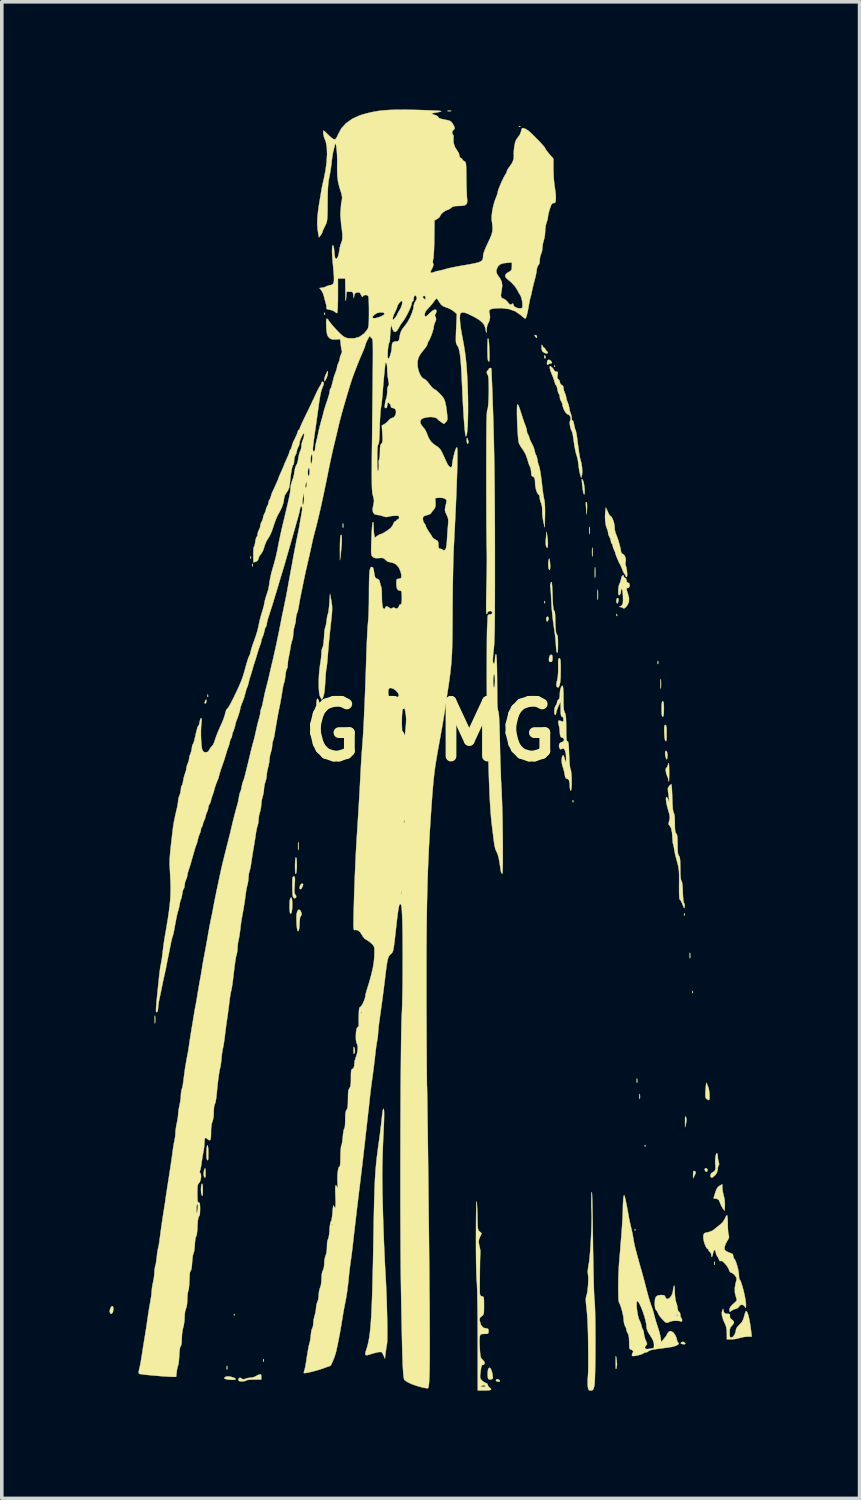
<source format=kicad_pcb>
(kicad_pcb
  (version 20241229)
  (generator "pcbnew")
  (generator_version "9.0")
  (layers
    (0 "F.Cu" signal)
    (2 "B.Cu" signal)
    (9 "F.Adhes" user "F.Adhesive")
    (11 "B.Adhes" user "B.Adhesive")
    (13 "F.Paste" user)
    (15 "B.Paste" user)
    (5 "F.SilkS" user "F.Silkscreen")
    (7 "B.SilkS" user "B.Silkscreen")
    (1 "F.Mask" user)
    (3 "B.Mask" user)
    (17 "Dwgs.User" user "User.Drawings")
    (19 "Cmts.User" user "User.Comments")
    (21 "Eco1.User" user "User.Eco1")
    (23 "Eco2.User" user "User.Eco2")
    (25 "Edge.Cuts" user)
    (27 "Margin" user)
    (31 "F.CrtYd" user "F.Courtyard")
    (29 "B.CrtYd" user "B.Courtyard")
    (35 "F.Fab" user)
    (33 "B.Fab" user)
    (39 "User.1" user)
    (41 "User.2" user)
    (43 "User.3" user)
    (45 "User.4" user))
  (footprint "GSIMG"
    (layer "F.Cu")
    (at 8.929 17.316)
    (property "Reference" "GSIMG" (at 0 0 0) (layer "F.SilkS") (effects (font (size 1.524 1.524) (thickness 0.3))))
    (attr through_hole)
    (fp_poly (pts (xy -6.187 -1.023) (xy -6.184 -0.971) (xy -6.187 -0.96) (xy -6.196 -0.957) (xy -6.2 -0.992) (xy -6.196 -1.028) (xy -6.187 -1.023)) (stroke (width 0.01) (type solid)) (fill yes) (layer "F.SilkS"))
    (fp_poly (pts (xy -5.45 16.23) (xy -5.446 16.26) (xy -5.45 16.264) (xy -5.465 16.26) (xy -5.466 16.247) (xy -5.457 16.226) (xy -5.45 16.23)) (stroke (width 0.01) (type solid)) (fill yes) (layer "F.SilkS"))
    (fp_poly (pts (xy -4.991 -4.861) (xy -4.988 -4.821) (xy -4.993 -4.812) (xy -5.005 -4.82) (xy -5.007 -4.846) (xy -5.001 -4.873) (xy -4.991 -4.861)) (stroke (width 0.01) (type solid)) (fill yes) (layer "F.SilkS"))
    (fp_poly (pts (xy -4.941 -4.659) (xy -4.938 -4.607) (xy -4.941 -4.596) (xy -4.95 -4.592) (xy -4.954 -4.627) (xy -4.95 -4.664) (xy -4.941 -4.659)) (stroke (width 0.01) (type solid)) (fill yes) (layer "F.SilkS"))
    (fp_poly (pts (xy -4.636 17.486) (xy -4.633 17.538) (xy -4.636 17.55) (xy -4.645 17.553) (xy -4.649 17.518) (xy -4.645 17.482) (xy -4.636 17.486)) (stroke (width 0.01) (type solid)) (fill yes) (layer "F.SilkS"))
    (fp_poly (pts (xy -2.932 -11.65) (xy -2.929 -11.61) (xy -2.934 -11.601) (xy -2.946 -11.608) (xy -2.947 -11.634) (xy -2.941 -11.661) (xy -2.932 -11.65)) (stroke (width 0.01) (type solid)) (fill yes) (layer "F.SilkS"))
    (fp_poly (pts (xy 2.509 -16.849) (xy 2.505 -16.833) (xy 2.492 -16.832) (xy 2.471 -16.841) (xy 2.475 -16.849) (xy 2.505 -16.852) (xy 2.509 -16.849)) (stroke (width 0.01) (type solid)) (fill yes) (layer "F.SilkS"))
    (fp_poly (pts (xy 3.196 -3.615) (xy 3.199 -3.575) (xy 3.194 -3.566) (xy 3.182 -3.574) (xy 3.18 -3.6) (xy 3.186 -3.627) (xy 3.196 -3.615)) (stroke (width 0.01) (type solid)) (fill yes) (layer "F.SilkS"))
    (fp_poly (pts (xy 3.475 -10.187) (xy 3.478 -10.157) (xy 3.475 -10.153) (xy 3.46 -10.157) (xy 3.458 -10.17) (xy 3.467 -10.191) (xy 3.475 -10.187)) (stroke (width 0.01) (type solid)) (fill yes) (layer "F.SilkS"))
    (fp_poly (pts (xy 3.984 1.928) (xy 3.987 1.967) (xy 3.982 1.976) (xy 3.97 1.969) (xy 3.968 1.943) (xy 3.975 1.916) (xy 3.984 1.928)) (stroke (width 0.01) (type solid)) (fill yes) (layer "F.SilkS"))
    (fp_poly (pts (xy 5.204 -3.259) (xy 5.207 -3.219) (xy 5.202 -3.21) (xy 5.191 -3.218) (xy 5.189 -3.244) (xy 5.195 -3.271) (xy 5.204 -3.259)) (stroke (width 0.01) (type solid)) (fill yes) (layer "F.SilkS"))
    (fp_poly (pts (xy 5.712 13.865) (xy 5.715 13.896) (xy 5.712 13.899) (xy 5.697 13.896) (xy 5.695 13.882) (xy 5.705 13.861) (xy 5.712 13.865)) (stroke (width 0.01) (type solid)) (fill yes) (layer "F.SilkS"))
    (fp_poly (pts (xy 5.992 11.526) (xy 5.995 11.556) (xy 5.992 11.56) (xy 5.977 11.557) (xy 5.975 11.543) (xy 5.984 11.522) (xy 5.992 11.526)) (stroke (width 0.01) (type solid)) (fill yes) (layer "F.SilkS"))
    (fp_poly (pts (xy 7.086 5.08) (xy 7.089 5.12) (xy 7.084 5.129) (xy 7.072 5.121) (xy 7.07 5.096) (xy 7.076 5.069) (xy 7.086 5.08)) (stroke (width 0.01) (type solid)) (fill yes) (layer "F.SilkS"))
    (fp_poly (pts (xy 7.314 7.241) (xy 7.317 7.281) (xy 7.312 7.29) (xy 7.301 7.283) (xy 7.299 7.257) (xy 7.305 7.23) (xy 7.314 7.241)) (stroke (width 0.01) (type solid)) (fill yes) (layer "F.SilkS"))
    (fp_poly (pts (xy 3.199 -10.466) (xy 3.212 -10.438) (xy 3.212 -10.397) (xy 3.202 -10.386) (xy 3.183 -10.394) (xy 3.178 -10.423) (xy 3.184 -10.469) (xy 3.199 -10.466)) (stroke (width 0.01) (type solid)) (fill yes) (layer "F.SilkS"))
    (fp_poly (pts (xy -5.652 17.677) (xy -5.648 17.742) (xy -5.652 17.766) (xy -5.66 17.774) (xy -5.664 17.739) (xy -5.664 17.722) (xy -5.661 17.675) (xy -5.655 17.67) (xy -5.652 17.677)) (stroke (width 0.01) (type solid)) (fill yes) (layer "F.SilkS"))
    (fp_poly (pts (xy -3.084 -0.209) (xy -3.08 -0.143) (xy -3.084 -0.108) (xy -3.091 -0.102) (xy -3.095 -0.138) (xy -3.095 -0.165) (xy -3.093 -0.215) (xy -3.087 -0.222) (xy -3.084 -0.209)) (stroke (width 0.01) (type solid)) (fill yes) (layer "F.SilkS"))
    (fp_poly (pts (xy -2.423 -5.778) (xy -2.419 -5.711) (xy -2.423 -5.676) (xy -2.43 -5.67) (xy -2.434 -5.706) (xy -2.434 -5.733) (xy -2.432 -5.783) (xy -2.426 -5.79) (xy -2.423 -5.778)) (stroke (width 0.01) (type solid)) (fill yes) (layer "F.SilkS"))
    (fp_poly (pts (xy 0.578 -17.281) (xy 0.586 -17.274) (xy 0.551 -17.27) (xy 0.534 -17.27) (xy 0.488 -17.272) (xy 0.482 -17.279) (xy 0.489 -17.281) (xy 0.554 -17.285) (xy 0.578 -17.281)) (stroke (width 0.01) (type solid)) (fill yes) (layer "F.SilkS"))
    (fp_poly (pts (xy 1.891 18.046) (xy 1.92 18.062) (xy 1.946 18.094) (xy 1.929 18.112) (xy 1.875 18.109) (xy 1.837 18.09) (xy 1.831 18.077) (xy 1.848 18.044) (xy 1.891 18.046)) (stroke (width 0.01) (type solid)) (fill yes) (layer "F.SilkS"))
    (fp_poly (pts (xy 5.764 9.681) (xy 5.768 9.747) (xy 5.764 9.783) (xy 5.757 9.789) (xy 5.753 9.752) (xy 5.753 9.725) (xy 5.755 9.676) (xy 5.761 9.669) (xy 5.764 9.681)) (stroke (width 0.01) (type solid)) (fill yes) (layer "F.SilkS"))
    (fp_poly (pts (xy 5.84 10.113) (xy 5.845 10.187) (xy 5.84 10.227) (xy 5.834 10.239) (xy 5.83 10.207) (xy 5.829 10.17) (xy 5.831 10.115) (xy 5.836 10.1) (xy 5.84 10.113)) (stroke (width 0.01) (type solid)) (fill yes) (layer "F.SilkS"))
    (fp_poly (pts (xy 6.347 -1.955) (xy 6.349 -1.951) (xy 6.352 -1.896) (xy 6.348 -1.875) (xy 6.339 -1.874) (xy 6.336 -1.914) (xy 6.336 -1.92) (xy 6.34 -1.959) (xy 6.347 -1.955)) (stroke (width 0.01) (type solid)) (fill yes) (layer "F.SilkS"))
    (fp_poly (pts (xy 7.125 10.748) (xy 7.139 10.82) (xy 7.126 10.913) (xy 7.1 11.022) (xy 7.098 10.857) (xy 7.099 10.771) (xy 7.104 10.731) (xy 7.114 10.729) (xy 7.125 10.748)) (stroke (width 0.01) (type solid)) (fill yes) (layer "F.SilkS"))
    (fp_poly (pts (xy 7.239 6.185) (xy 7.243 6.26) (xy 7.239 6.312) (xy 7.233 6.322) (xy 7.229 6.289) (xy 7.228 6.242) (xy 7.23 6.184) (xy 7.235 6.167) (xy 7.239 6.185)) (stroke (width 0.01) (type solid)) (fill yes) (layer "F.SilkS"))
    (fp_poly (pts (xy 7.924 14.775) (xy 7.925 14.779) (xy 7.929 14.834) (xy 7.924 14.855) (xy 7.916 14.856) (xy 7.912 14.816) (xy 7.912 14.81) (xy 7.916 14.771) (xy 7.924 14.775)) (stroke (width 0.01) (type solid)) (fill yes) (layer "F.SilkS"))
    (fp_poly (pts (xy -6.23 -0.86) (xy -6.23 -0.847) (xy -6.24 -0.796) (xy -6.255 -0.775) (xy -6.277 -0.78) (xy -6.28 -0.793) (xy -6.266 -0.843) (xy -6.255 -0.864) (xy -6.236 -0.885) (xy -6.23 -0.86)) (stroke (width 0.01) (type solid)) (fill yes) (layer "F.SilkS"))
    (fp_poly (pts (xy 1.042 -8.149) (xy 1.063 -8.081) (xy 1.063 -8.029) (xy 1.042 -8.009) (xy 1.027 -8.031) (xy 1.019 -8.087) (xy 1.019 -8.104) (xy 1.022 -8.161) (xy 1.03 -8.171) (xy 1.042 -8.149)) (stroke (width 0.01) (type solid)) (fill yes) (layer "F.SilkS"))
    (fp_poly (pts (xy 2.969 -11.016) (xy 2.975 -10.996) (xy 2.97 -10.963) (xy 2.965 -10.958) (xy 2.943 -10.975) (xy 2.924 -10.996) (xy 2.906 -11.027) (xy 2.93 -11.035) (xy 2.934 -11.035) (xy 2.969 -11.016)) (stroke (width 0.01) (type solid)) (fill yes) (layer "F.SilkS"))
    (fp_poly (pts (xy 3.285 -3.183) (xy 3.301 -3.142) (xy 3.287 -3.096) (xy 3.265 -3.058) (xy 3.251 -3.064) (xy 3.242 -3.083) (xy 3.232 -3.135) (xy 3.243 -3.177) (xy 3.266 -3.193) (xy 3.285 -3.183)) (stroke (width 0.01) (type solid)) (fill yes) (layer "F.SilkS"))
    (fp_poly (pts (xy 4.368 -6.336) (xy 4.37 -6.243) (xy 4.368 -6.2) (xy 4.36 -6.039) (xy 4.345 -6.204) (xy 4.338 -6.29) (xy 4.336 -6.353) (xy 4.339 -6.38) (xy 4.358 -6.382) (xy 4.368 -6.336)) (stroke (width 0.01) (type solid)) (fill yes) (layer "F.SilkS"))
    (fp_poly (pts (xy 7.081 17.019) (xy 7.108 17.051) (xy 7.092 17.068) (xy 7.04 17.067) (xy 7.02 17.062) (xy 6.98 17.047) (xy 6.984 17.027) (xy 6.997 17.016) (xy 7.037 16.998) (xy 7.081 17.019)) (stroke (width 0.01) (type solid)) (fill yes) (layer "F.SilkS"))
    (fp_poly (pts (xy 7.361 12.246) (xy 7.391 12.265) (xy 7.394 12.297) (xy 7.37 12.356) (xy 7.361 12.373) (xy 7.323 12.446) (xy 7.323 12.338) (xy 7.326 12.271) (xy 7.34 12.244) (xy 7.361 12.246)) (stroke (width 0.01) (type solid)) (fill yes) (layer "F.SilkS"))
    (fp_poly (pts (xy 7.705 12.174) (xy 7.725 12.208) (xy 7.717 12.25) (xy 7.71 12.259) (xy 7.68 12.266) (xy 7.656 12.235) (xy 7.642 12.192) (xy 7.666 12.17) (xy 7.667 12.169) (xy 7.705 12.174)) (stroke (width 0.01) (type solid)) (fill yes) (layer "F.SilkS"))
    (fp_poly (pts (xy -2.116 8.803) (xy -2.105 8.831) (xy -2.093 8.916) (xy -2.106 8.958) (xy -2.121 8.983) (xy -2.129 8.971) (xy -2.132 8.916) (xy -2.132 8.886) (xy -2.131 8.814) (xy -2.127 8.788) (xy -2.116 8.803)) (stroke (width 0.01) (type solid)) (fill yes) (layer "F.SilkS"))
    (fp_poly (pts (xy 4.442 -5.681) (xy 4.442 -5.676) (xy 4.447 -5.587) (xy 4.442 -5.511) (xy 4.437 -5.492) (xy 4.434 -5.518) (xy 4.432 -5.583) (xy 4.432 -5.594) (xy 4.433 -5.663) (xy 4.437 -5.695) (xy 4.442 -5.681)) (stroke (width 0.01) (type solid)) (fill yes) (layer "F.SilkS"))
    (fp_poly (pts (xy 5.244 -3.692) (xy 5.243 -3.636) (xy 5.229 -3.582) (xy 5.21 -3.56) (xy 5.209 -3.56) (xy 5.193 -3.582) (xy 5.187 -3.635) (xy 5.187 -3.636) (xy 5.197 -3.693) (xy 5.221 -3.712) (xy 5.244 -3.692)) (stroke (width 0.01) (type solid)) (fill yes) (layer "F.SilkS"))
    (fp_poly (pts (xy -7.661 7.929) (xy -7.66 7.94) (xy -7.656 8.029) (xy -7.66 8.115) (xy -7.66 8.118) (xy -7.665 8.135) (xy -7.668 8.108) (xy -7.67 8.042) (xy -7.67 8.022) (xy -7.669 7.95) (xy -7.666 7.917) (xy -7.661 7.929)) (stroke (width 0.01) (type solid)) (fill yes) (layer "F.SilkS"))
    (fp_poly (pts (xy -3.669 3.098) (xy -3.668 3.109) (xy -3.664 3.199) (xy -3.668 3.284) (xy -3.668 3.287) (xy -3.673 3.304) (xy -3.677 3.277) (xy -3.678 3.211) (xy -3.678 3.191) (xy -3.677 3.119) (xy -3.674 3.086) (xy -3.669 3.098)) (stroke (width 0.01) (type solid)) (fill yes) (layer "F.SilkS"))
    (fp_poly (pts (xy -3.542 4.249) (xy -3.537 4.269) (xy -3.553 4.318) (xy -3.559 4.333) (xy -3.587 4.382) (xy -3.617 4.398) (xy -3.634 4.378) (xy -3.636 4.363) (xy -3.623 4.294) (xy -3.59 4.252) (xy -3.57 4.246) (xy -3.542 4.249)) (stroke (width 0.01) (type solid)) (fill yes) (layer "F.SilkS"))
    (fp_poly (pts (xy 4.517 -5.11) (xy 4.519 -5.091) (xy 4.523 -4.995) (xy 4.52 -4.9) (xy 4.519 -4.887) (xy 4.514 -4.867) (xy 4.511 -4.891) (xy 4.509 -4.955) (xy 4.509 -4.996) (xy 4.51 -5.075) (xy 4.513 -5.114) (xy 4.517 -5.11)) (stroke (width 0.01) (type solid)) (fill yes) (layer "F.SilkS"))
    (fp_poly (pts (xy 4.595 -4.545) (xy 4.599 -4.438) (xy 4.597 -4.326) (xy 4.595 -4.303) (xy 4.591 -4.275) (xy 4.588 -4.293) (xy 4.586 -4.352) (xy 4.586 -4.424) (xy 4.587 -4.512) (xy 4.589 -4.563) (xy 4.592 -4.571) (xy 4.595 -4.545)) (stroke (width 0.01) (type solid)) (fill yes) (layer "F.SilkS"))
    (fp_poly (pts (xy 4.671 -3.923) (xy 4.675 -3.827) (xy 4.673 -3.72) (xy 4.672 -3.694) (xy 4.668 -3.664) (xy 4.664 -3.681) (xy 4.662 -3.739) (xy 4.662 -3.801) (xy 4.663 -3.887) (xy 4.665 -3.937) (xy 4.669 -3.944) (xy 4.671 -3.923)) (stroke (width 0.01) (type solid)) (fill yes) (layer "F.SilkS"))
    (fp_poly (pts (xy 6.426 -1.43) (xy 6.43 -1.329) (xy 6.427 -1.225) (xy 6.426 -1.214) (xy 6.422 -1.189) (xy 6.418 -1.209) (xy 6.416 -1.271) (xy 6.416 -1.322) (xy 6.417 -1.405) (xy 6.42 -1.449) (xy 6.423 -1.451) (xy 6.426 -1.43)) (stroke (width 0.01) (type solid)) (fill yes) (layer "F.SilkS"))
    (fp_poly (pts (xy -8.839 16.01) (xy -8.825 16.051) (xy -8.824 16.115) (xy -8.837 16.178) (xy -8.838 16.181) (xy -8.868 16.219) (xy -8.901 16.215) (xy -8.922 16.174) (xy -8.924 16.152) (xy -8.913 16.092) (xy -8.889 16.039) (xy -8.86 16.008) (xy -8.839 16.01)) (stroke (width 0.01) (type solid)) (fill yes) (layer "F.SilkS"))
    (fp_poly (pts (xy -6.258 12.209) (xy -6.255 12.287) (xy -6.256 12.374) (xy -6.26 12.418) (xy -6.27 12.43) (xy -6.289 12.416) (xy -6.302 12.377) (xy -6.305 12.31) (xy -6.298 12.238) (xy -6.283 12.184) (xy -6.28 12.179) (xy -6.266 12.172) (xy -6.258 12.209)) (stroke (width 0.01) (type solid)) (fill yes) (layer "F.SilkS"))
    (fp_poly (pts (xy 3.261 -5.431) (xy 3.275 -5.317) (xy 3.279 -5.219) (xy 3.275 -5.147) (xy 3.262 -5.112) (xy 3.258 -5.111) (xy 3.238 -5.132) (xy 3.223 -5.18) (xy 3.219 -5.244) (xy 3.222 -5.335) (xy 3.227 -5.403) (xy 3.243 -5.555) (xy 3.261 -5.431)) (stroke (width 0.01) (type solid)) (fill yes) (layer "F.SilkS"))
    (fp_poly (pts (xy 3.352 -10.327) (xy 3.376 -10.297) (xy 3.394 -10.259) (xy 3.377 -10.247) (xy 3.361 -10.246) (xy 3.305 -10.23) (xy 3.285 -10.216) (xy 3.264 -10.205) (xy 3.255 -10.235) (xy 3.254 -10.267) (xy 3.269 -10.329) (xy 3.306 -10.35) (xy 3.352 -10.327)) (stroke (width 0.01) (type solid)) (fill yes) (layer "F.SilkS"))
    (fp_poly (pts (xy 3.391 -2.127) (xy 3.404 -2.094) (xy 3.407 -2.036) (xy 3.403 -1.969) (xy 3.387 -1.939) (xy 3.355 -1.932) (xy 3.321 -1.94) (xy 3.308 -1.971) (xy 3.31 -2.027) (xy 3.326 -2.1) (xy 3.359 -2.13) (xy 3.363 -2.131) (xy 3.391 -2.127)) (stroke (width 0.01) (type solid)) (fill yes) (layer "F.SilkS"))
    (fp_poly (pts (xy -6.342 12.613) (xy -6.334 12.673) (xy -6.331 12.762) (xy -6.332 12.866) (xy -6.337 12.923) (xy -6.347 12.937) (xy -6.362 12.913) (xy -6.366 12.901) (xy -6.378 12.845) (xy -6.382 12.769) (xy -6.379 12.69) (xy -6.37 12.627) (xy -6.356 12.598) (xy -6.342 12.613)) (stroke (width 0.01) (type solid)) (fill yes) (layer "F.SilkS"))
    (fp_poly (pts (xy 3.329 -4.769) (xy 3.338 -4.693) (xy 3.343 -4.604) (xy 3.34 -4.537) (xy 3.33 -4.498) (xy 3.318 -4.492) (xy 3.303 -4.527) (xy 3.294 -4.578) (xy 3.289 -4.667) (xy 3.296 -4.749) (xy 3.3 -4.767) (xy 3.313 -4.805) (xy 3.321 -4.807) (xy 3.329 -4.769)) (stroke (width 0.01) (type solid)) (fill yes) (layer "F.SilkS"))
    (fp_poly (pts (xy 5.179 17.421) (xy 5.19 17.479) (xy 5.192 17.488) (xy 5.204 17.631) (xy 5.192 17.717) (xy 5.18 17.754) (xy 5.173 17.758) (xy 5.169 17.724) (xy 5.167 17.647) (xy 5.167 17.582) (xy 5.167 17.475) (xy 5.169 17.416) (xy 5.173 17.399) (xy 5.179 17.421)) (stroke (width 0.01) (type solid)) (fill yes) (layer "F.SilkS"))
    (fp_poly (pts (xy 6.593 0.574) (xy 6.599 0.593) (xy 6.607 0.65) (xy 6.607 0.71) (xy 6.601 0.759) (xy 6.589 0.781) (xy 6.581 0.775) (xy 6.566 0.735) (xy 6.549 0.669) (xy 6.547 0.657) (xy 6.543 0.593) (xy 6.554 0.553) (xy 6.573 0.544) (xy 6.593 0.574)) (stroke (width 0.01) (type solid)) (fill yes) (layer "F.SilkS"))
    (fp_poly (pts (xy -5.566 17.972) (xy -5.531 17.981) (xy -5.451 18.008) (xy -5.416 18.033) (xy -5.429 18.055) (xy -5.435 18.057) (xy -5.469 18.06) (xy -5.536 18.059) (xy -5.581 18.057) (xy -5.677 18.045) (xy -5.727 18.026) (xy -5.73 18.001) (xy -5.699 17.978) (xy -5.644 17.963) (xy -5.566 17.972)) (stroke (width 0.01) (type solid)) (fill yes) (layer "F.SilkS"))
    (fp_poly (pts (xy -2.849 -10.01) (xy -2.849 -9.978) (xy -2.862 -9.905) (xy -2.893 -9.825) (xy -2.898 -9.814) (xy -2.929 -9.76) (xy -2.944 -9.748) (xy -2.948 -9.774) (xy -2.948 -9.79) (xy -2.937 -9.853) (xy -2.909 -9.932) (xy -2.898 -9.954) (xy -2.867 -10.014) (xy -2.852 -10.032) (xy -2.849 -10.01)) (stroke (width 0.01) (type solid)) (fill yes) (layer "F.SilkS"))
    (fp_poly (pts (xy -2.467 -5.453) (xy -2.461 -5.395) (xy -2.461 -5.307) (xy -2.465 -5.198) (xy -2.476 -5.073) (xy -2.48 -5.034) (xy -2.511 -4.767) (xy -2.512 -5.085) (xy -2.511 -5.211) (xy -2.507 -5.322) (xy -2.502 -5.407) (xy -2.494 -5.452) (xy -2.494 -5.453) (xy -2.478 -5.475) (xy -2.467 -5.453)) (stroke (width 0.01) (type solid)) (fill yes) (layer "F.SilkS"))
    (fp_poly (pts (xy -3.859 4.636) (xy -3.846 4.69) (xy -3.84 4.785) (xy -3.84 4.824) (xy -3.844 4.951) (xy -3.856 5.035) (xy -3.876 5.074) (xy -3.898 5.069) (xy -3.907 5.035) (xy -3.913 4.967) (xy -3.915 4.88) (xy -3.914 4.79) (xy -3.909 4.714) (xy -3.9 4.668) (xy -3.877 4.628) (xy -3.859 4.636)) (stroke (width 0.01) (type solid)) (fill yes) (layer "F.SilkS"))
    (fp_poly (pts (xy -3.725 3.532) (xy -3.717 3.592) (xy -3.713 3.675) (xy -3.713 3.768) (xy -3.718 3.857) (xy -3.726 3.928) (xy -3.738 3.966) (xy -3.75 3.966) (xy -3.758 3.918) (xy -3.762 3.822) (xy -3.763 3.757) (xy -3.76 3.64) (xy -3.753 3.557) (xy -3.743 3.513) (xy -3.738 3.509) (xy -3.725 3.532)) (stroke (width 0.01) (type solid)) (fill yes) (layer "F.SilkS"))
    (fp_poly (pts (xy 1.674 17.732) (xy 1.704 17.785) (xy 1.727 17.861) (xy 1.741 17.942) (xy 1.746 18.004) (xy 1.742 18.026) (xy 1.704 18.048) (xy 1.651 18.05) (xy 1.619 18.035) (xy 1.608 17.999) (xy 1.603 17.933) (xy 1.603 17.856) (xy 1.61 17.789) (xy 1.617 17.762) (xy 1.644 17.724) (xy 1.674 17.732)) (stroke (width 0.01) (type solid)) (fill yes) (layer "F.SilkS"))
    (fp_poly (pts (xy -6.191 11.546) (xy -6.182 11.608) (xy -6.178 11.714) (xy -6.178 11.732) (xy -6.179 11.842) (xy -6.181 11.908) (xy -6.187 11.94) (xy -6.198 11.945) (xy -6.212 11.933) (xy -6.223 11.898) (xy -6.228 11.83) (xy -6.229 11.744) (xy -6.226 11.655) (xy -6.219 11.581) (xy -6.208 11.536) (xy -6.204 11.53) (xy -6.191 11.546)) (stroke (width 0.01) (type solid)) (fill yes) (layer "F.SilkS"))
    (fp_poly (pts (xy 4.235 -7.022) (xy 4.256 -6.985) (xy 4.275 -6.931) (xy 4.289 -6.85) (xy 4.3 -6.76) (xy 4.303 -6.676) (xy 4.299 -6.616) (xy 4.291 -6.597) (xy 4.279 -6.609) (xy 4.264 -6.659) (xy 4.26 -6.679) (xy 4.248 -6.763) (xy 4.235 -6.866) (xy 4.23 -6.916) (xy 4.224 -6.994) (xy 4.225 -7.027) (xy 4.235 -7.022)) (stroke (width 0.01) (type solid)) (fill yes) (layer "F.SilkS"))
    (fp_poly (pts (xy 6.494 -0.822) (xy 6.504 -0.768) (xy 6.509 -0.671) (xy 6.509 -0.623) (xy 6.506 -0.508) (xy 6.498 -0.439) (xy 6.484 -0.409) (xy 6.477 -0.407) (xy 6.46 -0.424) (xy 6.45 -0.478) (xy 6.446 -0.575) (xy 6.445 -0.623) (xy 6.448 -0.737) (xy 6.456 -0.807) (xy 6.47 -0.837) (xy 6.477 -0.839) (xy 6.494 -0.822)) (stroke (width 0.01) (type solid)) (fill yes) (layer "F.SilkS"))
    (fp_poly (pts (xy 6.567 -0.167) (xy 6.578 -0.128) (xy 6.584 -0.053) (xy 6.585 0.051) (xy 6.584 0.167) (xy 6.581 0.239) (xy 6.573 0.271) (xy 6.56 0.271) (xy 6.545 0.25) (xy 6.535 0.212) (xy 6.527 0.138) (xy 6.521 0.042) (xy 6.52 0.022) (xy 6.519 -0.083) (xy 6.524 -0.145) (xy 6.537 -0.173) (xy 6.55 -0.178) (xy 6.567 -0.167)) (stroke (width 0.01) (type solid)) (fill yes) (layer "F.SilkS"))
    (fp_poly (pts (xy 3.127 -10.739) (xy 3.128 -10.736) (xy 3.155 -10.692) (xy 3.177 -10.679) (xy 3.202 -10.659) (xy 3.204 -10.65) (xy 3.222 -10.613) (xy 3.248 -10.588) (xy 3.279 -10.552) (xy 3.27 -10.528) (xy 3.233 -10.523) (xy 3.179 -10.542) (xy 3.172 -10.546) (xy 3.125 -10.584) (xy 3.106 -10.635) (xy 3.104 -10.691) (xy 3.106 -10.751) (xy 3.113 -10.766) (xy 3.127 -10.739)) (stroke (width 0.01) (type solid)) (fill yes) (layer "F.SilkS"))
    (fp_poly (pts (xy 1.625 -10.92) (xy 1.632 -10.88) (xy 1.639 -10.805) (xy 1.644 -10.708) (xy 1.648 -10.6) (xy 1.651 -10.493) (xy 1.651 -10.4) (xy 1.648 -10.331) (xy 1.643 -10.298) (xy 1.642 -10.297) (xy 1.62 -10.315) (xy 1.613 -10.326) (xy 1.605 -10.363) (xy 1.6 -10.44) (xy 1.597 -10.547) (xy 1.596 -10.672) (xy 1.599 -10.805) (xy 1.601 -10.882) (xy 1.606 -10.935) (xy 1.614 -10.942) (xy 1.625 -10.92)) (stroke (width 0.01) (type solid)) (fill yes) (layer "F.SilkS"))
    (fp_poly (pts (xy 7.698 9.789) (xy 7.715 9.838) (xy 7.743 9.904) (xy 7.744 9.907) (xy 7.761 9.965) (xy 7.773 10.044) (xy 7.78 10.128) (xy 7.78 10.204) (xy 7.773 10.256) (xy 7.761 10.271) (xy 7.727 10.257) (xy 7.698 10.237) (xy 7.678 10.215) (xy 7.667 10.179) (xy 7.664 10.119) (xy 7.668 10.024) (xy 7.671 9.977) (xy 7.679 9.883) (xy 7.687 9.816) (xy 7.695 9.786) (xy 7.698 9.789)) (stroke (width 0.01) (type solid)) (fill yes) (layer "F.SilkS"))
    (fp_poly (pts (xy -3.623 4.98) (xy -3.593 5.033) (xy -3.578 5.092) (xy -3.59 5.128) (xy -3.6 5.138) (xy -3.624 5.187) (xy -3.635 5.283) (xy -3.636 5.336) (xy -3.64 5.433) (xy -3.651 5.509) (xy -3.666 5.556) (xy -3.682 5.566) (xy -3.696 5.542) (xy -3.709 5.475) (xy -3.718 5.377) (xy -3.723 5.265) (xy -3.723 5.159) (xy -3.717 5.078) (xy -3.716 5.073) (xy -3.692 4.997) (xy -3.659 4.965) (xy -3.623 4.98)) (stroke (width 0.01) (type solid)) (fill yes) (layer "F.SilkS"))
    (fp_poly (pts (xy 6.65 0.919) (xy 6.654 0.994) (xy 6.656 1.112) (xy 6.656 1.226) (xy 6.654 1.318) (xy 6.651 1.379) (xy 6.647 1.398) (xy 6.638 1.377) (xy 6.636 1.354) (xy 6.624 1.3) (xy 6.598 1.237) (xy 6.574 1.173) (xy 6.562 1.104) (xy 6.562 1.047) (xy 6.576 1.018) (xy 6.581 1.017) (xy 6.6 0.995) (xy 6.622 0.94) (xy 6.627 0.922) (xy 6.638 0.888) (xy 6.645 0.885) (xy 6.65 0.919)) (stroke (width 0.01) (type solid)) (fill yes) (layer "F.SilkS"))
    (fp_poly (pts (xy 8.136 12.713) (xy 8.145 12.801) (xy 8.167 12.9) (xy 8.175 12.929) (xy 8.2 13.041) (xy 8.208 13.17) (xy 8.207 13.197) (xy 8.2 13.35) (xy 8.149 13.283) (xy 8.106 13.211) (xy 8.072 13.128) (xy 8.07 13.123) (xy 8.042 13.057) (xy 8 13.026) (xy 7.968 13.018) (xy 7.893 13.005) (xy 7.938 12.853) (xy 7.973 12.755) (xy 8.012 12.694) (xy 8.06 12.657) (xy 8.136 12.613) (xy 8.136 12.713)) (stroke (width 0.01) (type solid)) (fill yes) (layer "F.SilkS"))
    (fp_poly (pts (xy 3.614 -2.027) (xy 3.624 -1.999) (xy 3.631 -1.945) (xy 3.635 -1.856) (xy 3.636 -1.725) (xy 3.636 -1.692) (xy 3.632 -1.505) (xy 3.621 -1.366) (xy 3.602 -1.274) (xy 3.574 -1.227) (xy 3.555 -1.22) (xy 3.528 -1.241) (xy 3.518 -1.259) (xy 3.515 -1.306) (xy 3.527 -1.379) (xy 3.537 -1.418) (xy 3.556 -1.519) (xy 3.566 -1.655) (xy 3.566 -1.786) (xy 3.565 -1.903) (xy 3.567 -1.977) (xy 3.576 -2.017) (xy 3.59 -2.033) (xy 3.598 -2.034) (xy 3.614 -2.027)) (stroke (width 0.01) (type solid)) (fill yes) (layer "F.SilkS"))
    (fp_poly (pts (xy -3.778 4.048) (xy -3.768 4.07) (xy -3.765 4.118) (xy -3.768 4.202) (xy -3.773 4.28) (xy -3.78 4.397) (xy -3.781 4.473) (xy -3.773 4.519) (xy -3.757 4.546) (xy -3.753 4.549) (xy -3.729 4.591) (xy -3.738 4.633) (xy -3.774 4.653) (xy -3.775 4.653) (xy -3.806 4.631) (xy -3.823 4.596) (xy -3.83 4.546) (xy -3.835 4.46) (xy -3.838 4.352) (xy -3.839 4.291) (xy -3.838 4.175) (xy -3.834 4.102) (xy -3.825 4.061) (xy -3.81 4.045) (xy -3.798 4.043) (xy -3.778 4.048)) (stroke (width 0.01) (type solid)) (fill yes) (layer "F.SilkS"))
    (fp_poly (pts (xy -4.706 17.931) (xy -4.704 17.974) (xy -4.704 18.052) (xy -4.906 18.052) (xy -5.002 18.055) (xy -5.078 18.063) (xy -5.12 18.074) (xy -5.123 18.077) (xy -5.157 18.094) (xy -5.22 18.102) (xy -5.239 18.103) (xy -5.305 18.099) (xy -5.334 18.081) (xy -5.339 18.052) (xy -5.323 18.01) (xy -5.283 18.005) (xy -5.243 18.031) (xy -5.207 18.048) (xy -5.152 18.033) (xy -5.148 18.031) (xy -5.074 18.009) (xy -5.001 18.001) (xy -4.926 17.99) (xy -4.868 17.966) (xy -4.802 17.93) (xy -4.761 17.914) (xy -4.721 17.908) (xy -4.706 17.931)) (stroke (width 0.01) (type solid)) (fill yes) (layer "F.SilkS"))
    (fp_poly (pts (xy 8.001 11.769) (xy 8.009 11.824) (xy 8.009 11.834) (xy 8.017 11.918) (xy 8.035 11.991) (xy 8.049 12.056) (xy 8.035 12.086) (xy 8.017 12.128) (xy 8.009 12.194) (xy 8.009 12.197) (xy 7.984 12.295) (xy 7.941 12.357) (xy 7.878 12.415) (xy 7.833 12.43) (xy 7.809 12.401) (xy 7.806 12.369) (xy 7.825 12.308) (xy 7.866 12.282) (xy 7.923 12.244) (xy 7.948 12.182) (xy 7.944 12.086) (xy 7.942 12.076) (xy 7.936 11.997) (xy 7.94 11.91) (xy 7.95 11.829) (xy 7.966 11.77) (xy 7.985 11.747) (xy 7.985 11.747) (xy 8.001 11.769)) (stroke (width 0.01) (type solid)) (fill yes) (layer "F.SilkS"))
    (fp_poly (pts (xy -3.126 -0.899) (xy -3.105 -0.858) (xy -3.086 -0.797) (xy -3.077 -0.734) (xy -3.076 -0.723) (xy -3.063 -0.673) (xy -3.038 -0.661) (xy -3.014 -0.647) (xy -3.003 -0.6) (xy -3 -0.534) (xy -3.003 -0.448) (xy -3.009 -0.413) (xy -3.021 -0.427) (xy -3.036 -0.492) (xy -3.037 -0.496) (xy -3.056 -0.563) (xy -3.08 -0.582) (xy -3.103 -0.552) (xy -3.112 -0.521) (xy -3.133 -0.474) (xy -3.153 -0.458) (xy -3.163 -0.481) (xy -3.169 -0.54) (xy -3.17 -0.623) (xy -3.169 -0.715) (xy -3.164 -0.802) (xy -3.156 -0.87) (xy -3.146 -0.905) (xy -3.145 -0.906) (xy -3.126 -0.899)) (stroke (width 0.01) (type solid)) (fill yes) (layer "F.SilkS"))
    (fp_poly (pts (xy 3.382 -4.156) (xy 3.389 -4.127) (xy 3.395 -4.066) (xy 3.4 -3.965) (xy 3.406 -3.82) (xy 3.407 -3.79) (xy 3.414 -3.619) (xy 3.422 -3.494) (xy 3.432 -3.412) (xy 3.444 -3.37) (xy 3.452 -3.362) (xy 3.469 -3.335) (xy 3.479 -3.264) (xy 3.483 -3.147) (xy 3.483 -3.129) (xy 3.486 -2.979) (xy 3.494 -2.853) (xy 3.505 -2.757) (xy 3.52 -2.699) (xy 3.537 -2.684) (xy 3.538 -2.684) (xy 3.547 -2.667) (xy 3.554 -2.608) (xy 3.559 -2.519) (xy 3.56 -2.442) (xy 3.558 -2.31) (xy 3.553 -2.226) (xy 3.543 -2.189) (xy 3.53 -2.197) (xy 3.522 -2.218) (xy 3.515 -2.258) (xy 3.508 -2.333) (xy 3.501 -2.428) (xy 3.501 -2.441) (xy 3.491 -2.566) (xy 3.476 -2.699) (xy 3.462 -2.797) (xy 3.421 -3.083) (xy 3.389 -3.388) (xy 3.371 -3.681) (xy 3.37 -3.712) (xy 3.365 -3.827) (xy 3.358 -3.926) (xy 3.351 -3.995) (xy 3.345 -4.019) (xy 3.343 -4.07) (xy 3.361 -4.134) (xy 3.373 -4.156) (xy 3.382 -4.156)) (stroke (width 0.01) (type solid)) (fill yes) (layer "F.SilkS"))
    (fp_poly (pts (xy 5.39 -4.322) (xy 5.39 -4.312) (xy 5.41 -4.277) (xy 5.428 -4.271) (xy 5.459 -4.249) (xy 5.466 -4.208) (xy 5.479 -4.158) (xy 5.502 -4.144) (xy 5.541 -4.123) (xy 5.558 -4.073) (xy 5.552 -4.03) (xy 5.52 -3.996) (xy 5.502 -3.992) (xy 5.476 -3.986) (xy 5.469 -3.962) (xy 5.481 -3.91) (xy 5.505 -3.839) (xy 5.538 -3.71) (xy 5.535 -3.607) (xy 5.495 -3.516) (xy 5.471 -3.484) (xy 5.418 -3.43) (xy 5.385 -3.422) (xy 5.38 -3.428) (xy 5.342 -3.453) (xy 5.306 -3.46) (xy 5.268 -3.463) (xy 5.278 -3.472) (xy 5.301 -3.481) (xy 5.347 -3.52) (xy 5.364 -3.556) (xy 5.371 -3.614) (xy 5.372 -3.695) (xy 5.369 -3.785) (xy 5.362 -3.869) (xy 5.352 -3.934) (xy 5.34 -3.965) (xy 5.337 -3.966) (xy 5.318 -3.945) (xy 5.314 -3.918) (xy 5.305 -3.849) (xy 5.281 -3.801) (xy 5.26 -3.788) (xy 5.245 -3.811) (xy 5.238 -3.867) (xy 5.239 -3.942) (xy 5.247 -4.019) (xy 5.262 -4.083) (xy 5.274 -4.108) (xy 5.302 -4.171) (xy 5.318 -4.246) (xy 5.332 -4.3) (xy 5.355 -4.337) (xy 5.377 -4.347) (xy 5.39 -4.322)) (stroke (width 0.01) (type solid)) (fill yes) (layer "F.SilkS"))
    (fp_poly (pts (xy 8.174 16.152) (xy 8.196 16.201) (xy 8.239 16.22) (xy 8.275 16.221) (xy 8.331 16.226) (xy 8.35 16.247) (xy 8.347 16.281) (xy 8.353 16.337) (xy 8.401 16.383) (xy 8.454 16.43) (xy 8.46 16.478) (xy 8.42 16.536) (xy 8.403 16.552) (xy 8.364 16.599) (xy 8.345 16.656) (xy 8.34 16.743) (xy 8.34 16.747) (xy 8.342 16.826) (xy 8.352 16.867) (xy 8.374 16.881) (xy 8.392 16.882) (xy 8.435 16.86) (xy 8.477 16.803) (xy 8.507 16.728) (xy 8.518 16.659) (xy 8.535 16.615) (xy 8.581 16.557) (xy 8.614 16.524) (xy 8.681 16.451) (xy 8.723 16.367) (xy 8.745 16.291) (xy 8.766 16.214) (xy 8.786 16.161) (xy 8.797 16.145) (xy 8.825 16.17) (xy 8.854 16.24) (xy 8.882 16.353) (xy 8.91 16.501) (xy 8.935 16.682) (xy 8.941 16.736) (xy 8.955 16.857) (xy 8.841 16.857) (xy 8.74 16.866) (xy 8.636 16.89) (xy 8.619 16.895) (xy 8.523 16.919) (xy 8.416 16.932) (xy 8.387 16.933) (xy 8.263 16.933) (xy 8.263 16.77) (xy 8.258 16.671) (xy 8.243 16.583) (xy 8.227 16.535) (xy 8.161 16.387) (xy 8.127 16.272) (xy 8.123 16.182) (xy 8.133 16.141) (xy 8.156 16.082) (xy 8.174 16.152)) (stroke (width 0.01) (type solid)) (fill yes) (layer "F.SilkS"))
    (fp_poly (pts (xy -2.753 -3.636) (xy -2.742 -3.569) (xy -2.734 -3.511) (xy -2.73 -3.453) (xy -2.73 -3.388) (xy -2.734 -3.306) (xy -2.744 -3.2) (xy -2.759 -3.061) (xy -2.779 -2.88) (xy -2.781 -2.86) (xy -2.799 -2.687) (xy -2.819 -2.489) (xy -2.836 -2.293) (xy -2.848 -2.148) (xy -2.858 -2.017) (xy -2.869 -1.901) (xy -2.879 -1.812) (xy -2.887 -1.761) (xy -2.889 -1.754) (xy -2.896 -1.716) (xy -2.904 -1.637) (xy -2.913 -1.529) (xy -2.921 -1.402) (xy -2.922 -1.373) (xy -2.935 -1.194) (xy -2.951 -1.061) (xy -2.971 -0.976) (xy -2.979 -0.958) (xy -3.017 -0.885) (xy -3.059 -0.95) (xy -3.08 -1.01) (xy -3.094 -1.109) (xy -3.101 -1.238) (xy -3.102 -1.386) (xy -3.097 -1.542) (xy -3.085 -1.696) (xy -3.067 -1.838) (xy -3.064 -1.856) (xy -3.046 -1.972) (xy -3.032 -2.086) (xy -3.026 -2.174) (xy -3.026 -2.188) (xy -3.02 -2.264) (xy -3.005 -2.32) (xy -2.997 -2.332) (xy -2.983 -2.369) (xy -2.97 -2.444) (xy -2.96 -2.544) (xy -2.955 -2.611) (xy -2.948 -2.72) (xy -2.939 -2.811) (xy -2.929 -2.87) (xy -2.923 -2.886) (xy -2.91 -2.923) (xy -2.895 -2.995) (xy -2.884 -3.077) (xy -2.872 -3.166) (xy -2.858 -3.235) (xy -2.847 -3.267) (xy -2.837 -3.302) (xy -2.825 -3.375) (xy -2.814 -3.476) (xy -2.807 -3.56) (xy -2.788 -3.827) (xy -2.753 -3.636)) (stroke (width 0.01) (type solid)) (fill yes) (layer "F.SilkS"))
    (fp_poly (pts (xy 6.808 15.482) (xy 6.812 15.576) (xy 6.812 15.606) (xy 6.819 15.735) (xy 6.834 15.844) (xy 6.852 15.908) (xy 6.878 15.989) (xy 6.89 16.066) (xy 6.89 16.073) (xy 6.902 16.133) (xy 6.928 16.161) (xy 6.957 16.196) (xy 6.967 16.248) (xy 6.975 16.306) (xy 6.992 16.336) (xy 7.013 16.372) (xy 7.017 16.402) (xy 7.007 16.437) (xy 6.99 16.436) (xy 6.933 16.42) (xy 6.85 16.414) (xy 6.763 16.419) (xy 6.693 16.433) (xy 6.675 16.442) (xy 6.611 16.472) (xy 6.556 16.461) (xy 6.498 16.409) (xy 6.428 16.33) (xy 6.385 16.276) (xy 6.373 16.257) (xy 6.867 16.257) (xy 6.872 16.29) (xy 6.88 16.291) (xy 6.886 16.257) (xy 6.882 16.242) (xy 6.871 16.232) (xy 6.867 16.257) (xy 6.373 16.257) (xy 6.36 16.237) (xy 6.346 16.202) (xy 6.345 16.201) (xy 6.314 16.143) (xy 6.292 16.119) (xy 6.267 16.072) (xy 6.256 15.981) (xy 6.255 15.929) (xy 6.261 15.819) (xy 6.286 15.749) (xy 6.336 15.712) (xy 6.418 15.699) (xy 6.437 15.699) (xy 6.504 15.703) (xy 6.537 15.723) (xy 6.551 15.757) (xy 6.577 15.803) (xy 6.618 15.809) (xy 6.665 15.784) (xy 6.709 15.732) (xy 6.745 15.663) (xy 6.763 15.581) (xy 6.763 15.573) (xy 6.773 15.499) (xy 6.789 15.446) (xy 6.8 15.439) (xy 6.808 15.482)) (stroke (width 0.01) (type solid)) (fill yes) (layer "F.SilkS"))
    (fp_poly (pts (xy 4.945 -6.117) (xy 4.977 -6.05) (xy 5.004 -6.008) (xy 5.013 -6.001) (xy 5.045 -5.978) (xy 5.079 -5.919) (xy 5.11 -5.84) (xy 5.13 -5.755) (xy 5.136 -5.696) (xy 5.143 -5.605) (xy 5.162 -5.523) (xy 5.172 -5.5) (xy 5.201 -5.429) (xy 5.235 -5.331) (xy 5.267 -5.223) (xy 5.294 -5.122) (xy 5.311 -5.042) (xy 5.314 -5.011) (xy 5.332 -4.958) (xy 5.36 -4.941) (xy 5.405 -4.907) (xy 5.438 -4.842) (xy 5.45 -4.768) (xy 5.442 -4.719) (xy 5.434 -4.658) (xy 5.443 -4.623) (xy 5.462 -4.571) (xy 5.476 -4.497) (xy 5.484 -4.418) (xy 5.486 -4.348) (xy 5.478 -4.305) (xy 5.47 -4.297) (xy 5.444 -4.317) (xy 5.441 -4.335) (xy 5.431 -4.369) (xy 5.422 -4.373) (xy 5.403 -4.395) (xy 5.375 -4.45) (xy 5.357 -4.494) (xy 5.325 -4.572) (xy 5.297 -4.634) (xy 5.287 -4.653) (xy 5.256 -4.709) (xy 5.247 -4.729) (xy 5.227 -4.778) (xy 5.198 -4.845) (xy 5.197 -4.847) (xy 5.173 -4.909) (xy 5.161 -4.95) (xy 5.161 -4.953) (xy 5.15 -4.991) (xy 5.124 -5.049) (xy 5.123 -5.05) (xy 5.096 -5.115) (xy 5.085 -5.166) (xy 5.072 -5.212) (xy 5.06 -5.225) (xy 5.039 -5.26) (xy 5.034 -5.298) (xy 5.019 -5.364) (xy 4.997 -5.404) (xy 4.967 -5.47) (xy 4.959 -5.517) (xy 4.946 -5.589) (xy 4.924 -5.646) (xy 4.895 -5.73) (xy 4.877 -5.846) (xy 4.87 -5.976) (xy 4.876 -6.1) (xy 4.878 -6.111) (xy 4.894 -6.233) (xy 4.945 -6.117)) (stroke (width 0.01) (type solid)) (fill yes) (layer "F.SilkS"))
    (fp_poly (pts (xy 4.504 12.846) (xy 4.508 12.91) (xy 4.513 13.023) (xy 4.517 13.183) (xy 4.521 13.39) (xy 4.526 13.643) (xy 4.53 13.941) (xy 4.533 14.137) (xy 4.536 14.417) (xy 4.541 14.686) (xy 4.546 14.94) (xy 4.551 15.172) (xy 4.556 15.378) (xy 4.561 15.554) (xy 4.567 15.693) (xy 4.572 15.79) (xy 4.576 15.84) (xy 4.583 15.913) (xy 4.589 16.028) (xy 4.594 16.177) (xy 4.597 16.355) (xy 4.6 16.554) (xy 4.601 16.768) (xy 4.602 16.99) (xy 4.601 17.213) (xy 4.6 17.431) (xy 4.597 17.635) (xy 4.594 17.821) (xy 4.589 17.981) (xy 4.584 18.108) (xy 4.577 18.195) (xy 4.572 18.228) (xy 4.552 18.304) (xy 4.53 18.343) (xy 4.497 18.356) (xy 4.474 18.357) (xy 4.428 18.351) (xy 4.405 18.322) (xy 4.392 18.258) (xy 4.387 18.177) (xy 4.387 18.073) (xy 4.391 17.997) (xy 4.396 17.937) (xy 4.399 17.88) (xy 4.402 17.821) (xy 4.403 17.753) (xy 4.404 17.669) (xy 4.404 17.562) (xy 4.404 17.426) (xy 4.403 17.254) (xy 4.401 17.038) (xy 4.4 16.997) (xy 4.397 16.779) (xy 4.39 16.567) (xy 4.381 16.372) (xy 4.369 16.206) (xy 4.358 16.089) (xy 4.34 15.927) (xy 4.335 15.814) (xy 4.342 15.751) (xy 4.345 15.744) (xy 4.364 15.685) (xy 4.381 15.589) (xy 4.394 15.474) (xy 4.403 15.353) (xy 4.406 15.243) (xy 4.401 15.159) (xy 4.397 15.139) (xy 4.388 15.041) (xy 4.402 14.919) (xy 4.411 14.874) (xy 4.426 14.784) (xy 4.441 14.653) (xy 4.455 14.491) (xy 4.468 14.308) (xy 4.479 14.114) (xy 4.488 13.92) (xy 4.494 13.734) (xy 4.497 13.567) (xy 4.496 13.429) (xy 4.493 13.37) (xy 4.488 13.233) (xy 4.488 13.073) (xy 4.493 12.918) (xy 4.496 12.865) (xy 4.5 12.83) (xy 4.504 12.846)) (stroke (width 0.01) (type solid)) (fill yes) (layer "F.SilkS"))
    (fp_poly (pts (xy -1.291 10.528) (xy -1.284 10.575) (xy -1.282 10.669) (xy -1.284 10.805) (xy -1.29 10.979) (xy -1.3 11.188) (xy -1.301 11.213) (xy -1.311 11.429) (xy -1.32 11.669) (xy -1.328 11.915) (xy -1.333 12.149) (xy -1.335 12.353) (xy -1.335 12.382) (xy -1.333 12.585) (xy -1.33 12.829) (xy -1.323 13.104) (xy -1.315 13.4) (xy -1.306 13.709) (xy -1.295 14.019) (xy -1.283 14.322) (xy -1.27 14.608) (xy -1.258 14.867) (xy -1.246 15.077) (xy -1.235 15.271) (xy -1.225 15.482) (xy -1.216 15.704) (xy -1.208 15.929) (xy -1.202 16.152) (xy -1.197 16.366) (xy -1.194 16.563) (xy -1.193 16.737) (xy -1.194 16.881) (xy -1.196 16.99) (xy -1.202 17.055) (xy -1.203 17.06) (xy -1.219 17.154) (xy -1.235 17.266) (xy -1.242 17.322) (xy -1.259 17.469) (xy -1.295 17.386) (xy -1.325 17.326) (xy -1.351 17.289) (xy -1.353 17.287) (xy -1.393 17.283) (xy -1.468 17.294) (xy -1.565 17.318) (xy -1.671 17.35) (xy -1.678 17.353) (xy -1.757 17.375) (xy -1.798 17.369) (xy -1.808 17.331) (xy -1.789 17.253) (xy -1.779 17.224) (xy -1.754 17.147) (xy -1.732 17.064) (xy -1.712 16.972) (xy -1.694 16.869) (xy -1.678 16.751) (xy -1.664 16.615) (xy -1.651 16.457) (xy -1.639 16.274) (xy -1.629 16.064) (xy -1.619 15.822) (xy -1.61 15.546) (xy -1.602 15.233) (xy -1.593 14.879) (xy -1.585 14.481) (xy -1.577 14.035) (xy -1.576 13.971) (xy -1.57 13.629) (xy -1.564 13.332) (xy -1.558 13.073) (xy -1.551 12.848) (xy -1.544 12.651) (xy -1.536 12.475) (xy -1.526 12.314) (xy -1.515 12.164) (xy -1.501 12.017) (xy -1.485 11.868) (xy -1.465 11.712) (xy -1.443 11.542) (xy -1.416 11.352) (xy -1.411 11.314) (xy -1.391 11.168) (xy -1.371 10.998) (xy -1.352 10.832) (xy -1.344 10.757) (xy -1.33 10.633) (xy -1.318 10.554) (xy -1.307 10.517) (xy -1.297 10.515) (xy -1.291 10.528)) (stroke (width 0.01) (type solid)) (fill yes) (layer "F.SilkS"))
    (fp_poly (pts (xy 2.442 -9.098) (xy 2.455 -9.082) (xy 2.471 -9.046) (xy 2.494 -8.982) (xy 2.526 -8.884) (xy 2.566 -8.759) (xy 2.6 -8.657) (xy 2.634 -8.563) (xy 2.659 -8.498) (xy 2.684 -8.422) (xy 2.695 -8.355) (xy 2.695 -8.353) (xy 2.704 -8.3) (xy 2.719 -8.277) (xy 2.74 -8.244) (xy 2.759 -8.185) (xy 2.76 -8.181) (xy 2.786 -8.105) (xy 2.827 -8.022) (xy 2.835 -8.009) (xy 2.878 -7.921) (xy 2.908 -7.824) (xy 2.91 -7.811) (xy 2.926 -7.742) (xy 2.943 -7.698) (xy 2.949 -7.692) (xy 2.964 -7.661) (xy 2.98 -7.598) (xy 2.987 -7.561) (xy 3.002 -7.48) (xy 3.02 -7.417) (xy 3.027 -7.401) (xy 3.043 -7.35) (xy 3.063 -7.253) (xy 3.084 -7.116) (xy 3.107 -6.942) (xy 3.127 -6.763) (xy 3.142 -6.648) (xy 3.159 -6.54) (xy 3.175 -6.458) (xy 3.178 -6.445) (xy 3.189 -6.379) (xy 3.196 -6.276) (xy 3.199 -6.148) (xy 3.198 -6.013) (xy 3.191 -5.683) (xy 3.154 -5.835) (xy 3.134 -5.95) (xy 3.122 -6.074) (xy 3.122 -6.136) (xy 3.117 -6.249) (xy 3.097 -6.339) (xy 3.089 -6.357) (xy 3.061 -6.437) (xy 3.051 -6.508) (xy 3.045 -6.562) (xy 3.031 -6.585) (xy 3.03 -6.585) (xy 3.001 -6.608) (xy 2.971 -6.667) (xy 2.945 -6.747) (xy 2.928 -6.834) (xy 2.924 -6.889) (xy 2.919 -6.999) (xy 2.901 -7.065) (xy 2.871 -7.092) (xy 2.858 -7.094) (xy 2.829 -7.115) (xy 2.819 -7.151) (xy 2.807 -7.281) (xy 2.787 -7.361) (xy 2.775 -7.382) (xy 2.756 -7.421) (xy 2.732 -7.493) (xy 2.708 -7.577) (xy 2.659 -7.715) (xy 2.593 -7.83) (xy 2.583 -7.844) (xy 2.527 -7.923) (xy 2.482 -8.004) (xy 2.47 -8.033) (xy 2.46 -8.084) (xy 2.45 -8.171) (xy 2.441 -8.286) (xy 2.433 -8.418) (xy 2.426 -8.56) (xy 2.421 -8.702) (xy 2.418 -8.835) (xy 2.418 -8.95) (xy 2.42 -9.039) (xy 2.425 -9.091) (xy 2.431 -9.102) (xy 2.442 -9.098)) (stroke (width 0.01) (type solid)) (fill yes) (layer "F.SilkS"))
    (fp_poly (pts (xy 6.722 1.499) (xy 6.729 1.565) (xy 6.735 1.664) (xy 6.74 1.788) (xy 6.742 1.855) (xy 6.748 2.029) (xy 6.757 2.154) (xy 6.768 2.233) (xy 6.782 2.267) (xy 6.8 2.312) (xy 6.81 2.407) (xy 6.814 2.552) (xy 6.814 2.557) (xy 6.816 2.684) (xy 6.822 2.77) (xy 6.834 2.821) (xy 6.852 2.848) (xy 6.87 2.875) (xy 6.882 2.926) (xy 6.888 3.009) (xy 6.89 3.134) (xy 6.89 3.154) (xy 6.892 3.287) (xy 6.898 3.378) (xy 6.91 3.435) (xy 6.928 3.466) (xy 6.928 3.467) (xy 6.945 3.495) (xy 6.957 3.546) (xy 6.963 3.628) (xy 6.966 3.749) (xy 6.967 3.82) (xy 6.969 3.976) (xy 6.976 4.085) (xy 6.989 4.149) (xy 6.998 4.166) (xy 7.015 4.209) (xy 7.027 4.3) (xy 7.035 4.435) (xy 7.036 4.481) (xy 7.042 4.608) (xy 7.05 4.706) (xy 7.062 4.766) (xy 7.07 4.781) (xy 7.087 4.816) (xy 7.088 4.872) (xy 7.079 4.919) (xy 7.069 4.919) (xy 7.059 4.894) (xy 7.012 4.781) (xy 6.975 4.708) (xy 6.949 4.679) (xy 6.947 4.678) (xy 6.941 4.654) (xy 6.936 4.588) (xy 6.933 4.487) (xy 6.932 4.361) (xy 6.933 4.261) (xy 6.934 4.1) (xy 6.933 3.978) (xy 6.928 3.882) (xy 6.918 3.802) (xy 6.902 3.724) (xy 6.879 3.637) (xy 6.874 3.619) (xy 6.843 3.505) (xy 6.817 3.397) (xy 6.801 3.313) (xy 6.798 3.293) (xy 6.786 3.218) (xy 6.772 3.161) (xy 6.769 3.153) (xy 6.759 3.107) (xy 6.751 3.03) (xy 6.748 2.975) (xy 6.736 2.814) (xy 6.711 2.699) (xy 6.674 2.632) (xy 6.667 2.626) (xy 6.644 2.598) (xy 6.642 2.557) (xy 6.658 2.492) (xy 6.673 2.427) (xy 6.673 2.365) (xy 6.656 2.287) (xy 6.639 2.229) (xy 6.603 2.099) (xy 6.578 1.986) (xy 6.567 1.898) (xy 6.569 1.844) (xy 6.582 1.831) (xy 6.607 1.852) (xy 6.632 1.905) (xy 6.634 1.913) (xy 6.649 1.957) (xy 6.655 1.96) (xy 6.654 1.919) (xy 6.65 1.869) (xy 6.64 1.775) (xy 6.628 1.689) (xy 6.623 1.662) (xy 6.621 1.585) (xy 6.652 1.529) (xy 6.691 1.489) (xy 6.716 1.475) (xy 6.722 1.499)) (stroke (width 0.01) (type solid)) (fill yes) (layer "F.SilkS"))
    (fp_poly (pts (xy 3.373 -10.152) (xy 3.414 -10.112) (xy 3.447 -10.068) (xy 3.458 -10.043) (xy 3.479 -10.023) (xy 3.511 -10.018) (xy 3.544 -10.012) (xy 3.555 -9.986) (xy 3.548 -9.925) (xy 3.547 -9.919) (xy 3.541 -9.85) (xy 3.555 -9.815) (xy 3.571 -9.806) (xy 3.601 -9.771) (xy 3.61 -9.728) (xy 3.63 -9.669) (xy 3.661 -9.649) (xy 3.704 -9.612) (xy 3.712 -9.565) (xy 3.724 -9.492) (xy 3.75 -9.424) (xy 3.778 -9.354) (xy 3.789 -9.296) (xy 3.8 -9.234) (xy 3.824 -9.174) (xy 3.851 -9.103) (xy 3.872 -9.016) (xy 3.874 -9.002) (xy 3.89 -8.923) (xy 3.91 -8.859) (xy 3.915 -8.849) (xy 3.934 -8.788) (xy 3.941 -8.721) (xy 3.947 -8.671) (xy 3.963 -8.655) (xy 3.965 -8.656) (xy 3.982 -8.643) (xy 3.998 -8.591) (xy 4.006 -8.55) (xy 4.021 -8.473) (xy 4.037 -8.416) (xy 4.044 -8.402) (xy 4.057 -8.366) (xy 4.073 -8.293) (xy 4.088 -8.198) (xy 4.091 -8.174) (xy 4.116 -7.986) (xy 4.135 -7.843) (xy 4.151 -7.736) (xy 4.163 -7.659) (xy 4.174 -7.606) (xy 4.184 -7.568) (xy 4.19 -7.551) (xy 4.213 -7.464) (xy 4.229 -7.355) (xy 4.235 -7.246) (xy 4.231 -7.157) (xy 4.226 -7.135) (xy 4.206 -7.061) (xy 4.176 -7.16) (xy 4.157 -7.241) (xy 4.14 -7.345) (xy 4.131 -7.42) (xy 4.119 -7.517) (xy 4.103 -7.604) (xy 4.09 -7.649) (xy 4.055 -7.767) (xy 4.022 -7.93) (xy 3.992 -8.13) (xy 3.978 -8.225) (xy 3.963 -8.302) (xy 3.95 -8.345) (xy 3.949 -8.346) (xy 3.919 -8.412) (xy 3.898 -8.496) (xy 3.887 -8.577) (xy 3.892 -8.636) (xy 3.897 -8.646) (xy 3.913 -8.705) (xy 3.902 -8.766) (xy 3.871 -8.811) (xy 3.839 -8.823) (xy 3.801 -8.845) (xy 3.758 -8.9) (xy 3.719 -8.974) (xy 3.692 -9.05) (xy 3.686 -9.095) (xy 3.67 -9.151) (xy 3.648 -9.19) (xy 3.619 -9.253) (xy 3.61 -9.309) (xy 3.603 -9.366) (xy 3.586 -9.394) (xy 3.568 -9.426) (xy 3.551 -9.49) (xy 3.545 -9.522) (xy 3.531 -9.59) (xy 3.515 -9.631) (xy 3.508 -9.636) (xy 3.489 -9.658) (xy 3.471 -9.712) (xy 3.469 -9.719) (xy 3.449 -9.789) (xy 3.415 -9.881) (xy 3.391 -9.938) (xy 3.354 -10.034) (xy 3.333 -10.111) (xy 3.332 -10.159) (xy 3.343 -10.17) (xy 3.373 -10.152)) (stroke (width 0.01) (type solid)) (fill yes) (layer "F.SilkS"))
    (fp_poly (pts (xy 3.697 -1.246) (xy 3.706 -1.174) (xy 3.711 -1.058) (xy 3.712 -0.92) (xy 3.713 -0.767) (xy 3.718 -0.657) (xy 3.727 -0.583) (xy 3.74 -0.536) (xy 3.749 -0.52) (xy 3.765 -0.487) (xy 3.776 -0.431) (xy 3.783 -0.345) (xy 3.787 -0.221) (xy 3.788 -0.095) (xy 3.789 0.055) (xy 3.792 0.16) (xy 3.798 0.228) (xy 3.807 0.266) (xy 3.82 0.279) (xy 3.824 0.28) (xy 3.838 0.29) (xy 3.849 0.324) (xy 3.858 0.39) (xy 3.864 0.493) (xy 3.869 0.641) (xy 3.869 0.642) (xy 3.876 0.795) (xy 3.885 0.921) (xy 3.897 1.012) (xy 3.91 1.06) (xy 3.923 1.106) (xy 3.933 1.184) (xy 3.939 1.282) (xy 3.941 1.388) (xy 3.94 1.491) (xy 3.935 1.577) (xy 3.926 1.634) (xy 3.916 1.653) (xy 3.9 1.63) (xy 3.891 1.573) (xy 3.89 1.545) (xy 3.883 1.426) (xy 3.862 1.354) (xy 3.825 1.324) (xy 3.812 1.322) (xy 3.781 1.31) (xy 3.76 1.265) (xy 3.748 1.202) (xy 3.729 1.109) (xy 3.704 1.021) (xy 3.696 0.999) (xy 3.671 0.911) (xy 3.663 0.813) (xy 3.67 0.728) (xy 3.686 0.687) (xy 3.701 0.667) (xy 3.713 0.669) (xy 3.727 0.701) (xy 3.748 0.77) (xy 3.76 0.814) (xy 3.773 0.858) (xy 3.78 0.866) (xy 3.784 0.833) (xy 3.786 0.755) (xy 3.786 0.743) (xy 3.78 0.63) (xy 3.76 0.544) (xy 3.729 0.49) (xy 3.691 0.476) (xy 3.669 0.487) (xy 3.633 0.504) (xy 3.609 0.481) (xy 3.587 0.416) (xy 3.596 0.354) (xy 3.631 0.313) (xy 3.661 0.305) (xy 3.706 0.285) (xy 3.73 0.24) (xy 3.723 0.201) (xy 3.688 0.179) (xy 3.675 0.178) (xy 3.636 0.155) (xy 3.615 0.084) (xy 3.61 0.007) (xy 3.603 -0.08) (xy 3.583 -0.173) (xy 3.581 -0.182) (xy 3.564 -0.26) (xy 3.574 -0.297) (xy 3.615 -0.297) (xy 3.648 -0.284) (xy 3.693 -0.268) (xy 3.71 -0.284) (xy 3.712 -0.331) (xy 3.701 -0.391) (xy 3.674 -0.407) (xy 3.655 -0.416) (xy 3.643 -0.451) (xy 3.636 -0.52) (xy 3.634 -0.617) (xy 3.633 -0.826) (xy 3.572 -0.699) (xy 3.537 -0.617) (xy 3.514 -0.545) (xy 3.51 -0.515) (xy 3.499 -0.47) (xy 3.483 -0.458) (xy 3.465 -0.479) (xy 3.458 -0.533) (xy 3.46 -0.601) (xy 3.472 -0.665) (xy 3.492 -0.708) (xy 3.496 -0.712) (xy 3.526 -0.761) (xy 3.534 -0.805) (xy 3.548 -0.858) (xy 3.572 -0.881) (xy 3.599 -0.912) (xy 3.61 -0.985) (xy 3.61 -1.018) (xy 3.617 -1.121) (xy 3.636 -1.205) (xy 3.663 -1.258) (xy 3.686 -1.271) (xy 3.697 -1.246)) (stroke (width 0.01) (type solid)) (fill yes) (layer "F.SilkS"))
    (fp_poly (pts (xy 8.276 13.499) (xy 8.283 13.563) (xy 8.288 13.656) (xy 8.289 13.731) (xy 8.291 13.845) (xy 8.298 13.944) (xy 8.308 14.014) (xy 8.315 14.036) (xy 8.325 14.079) (xy 8.307 14.134) (xy 8.279 14.181) (xy 8.236 14.261) (xy 8.205 14.34) (xy 8.2 14.357) (xy 8.195 14.42) (xy 8.22 14.46) (xy 8.243 14.476) (xy 8.315 14.513) (xy 8.371 14.532) (xy 8.426 14.558) (xy 8.441 14.608) (xy 8.45 14.66) (xy 8.463 14.681) (xy 8.49 14.718) (xy 8.521 14.791) (xy 8.551 14.884) (xy 8.577 14.985) (xy 8.594 15.077) (xy 8.598 15.128) (xy 8.602 15.204) (xy 8.613 15.256) (xy 8.62 15.268) (xy 8.643 15.303) (xy 8.671 15.377) (xy 8.701 15.478) (xy 8.732 15.594) (xy 8.759 15.715) (xy 8.78 15.829) (xy 8.793 15.924) (xy 8.795 15.967) (xy 8.793 16.034) (xy 8.786 16.055) (xy 8.773 16.038) (xy 8.766 16.024) (xy 8.725 15.98) (xy 8.671 15.968) (xy 8.624 15.988) (xy 8.607 16.016) (xy 8.57 16.058) (xy 8.51 16.083) (xy 8.438 16.107) (xy 8.384 16.139) (xy 8.35 16.164) (xy 8.338 16.151) (xy 8.337 16.143) (xy 8.339 16.08) (xy 8.363 16.026) (xy 8.418 15.967) (xy 8.45 15.938) (xy 8.51 15.884) (xy 8.537 15.848) (xy 8.539 15.813) (xy 8.521 15.764) (xy 8.519 15.76) (xy 8.487 15.637) (xy 8.485 15.493) (xy 8.511 15.352) (xy 8.514 15.341) (xy 8.534 15.272) (xy 8.532 15.225) (xy 8.505 15.176) (xy 8.49 15.157) (xy 8.442 15.105) (xy 8.396 15.078) (xy 8.388 15.077) (xy 8.349 15.055) (xy 8.328 15.011) (xy 8.302 14.948) (xy 8.257 14.879) (xy 8.203 14.815) (xy 8.151 14.766) (xy 8.109 14.746) (xy 8.095 14.749) (xy 8.067 14.756) (xy 8.046 14.716) (xy 8.046 14.716) (xy 8.018 14.653) (xy 7.995 14.62) (xy 7.967 14.566) (xy 7.954 14.511) (xy 7.938 14.454) (xy 7.915 14.444) (xy 7.892 14.479) (xy 7.879 14.53) (xy 7.864 14.6) (xy 7.847 14.635) (xy 7.835 14.629) (xy 7.831 14.585) (xy 7.818 14.529) (xy 7.793 14.502) (xy 7.759 14.47) (xy 7.755 14.452) (xy 7.741 14.42) (xy 7.731 14.416) (xy 7.702 14.394) (xy 7.669 14.335) (xy 7.639 14.256) (xy 7.617 14.171) (xy 7.607 14.095) (xy 7.607 14.074) (xy 7.615 14.011) (xy 7.636 13.978) (xy 7.684 13.961) (xy 7.727 13.953) (xy 7.814 13.928) (xy 7.89 13.887) (xy 7.905 13.875) (xy 7.968 13.822) (xy 8.045 13.762) (xy 8.07 13.743) (xy 8.146 13.67) (xy 8.202 13.586) (xy 8.207 13.573) (xy 8.236 13.512) (xy 8.261 13.478) (xy 8.267 13.475) (xy 8.276 13.499)) (stroke (width 0.01) (type solid)) (fill yes) (layer "F.SilkS"))
    (fp_poly (pts (xy 1.298 13.107) (xy 1.305 13.208) (xy 1.312 13.34) (xy 1.317 13.485) (xy 1.319 13.586) (xy 1.321 13.715) (xy 1.325 13.804) (xy 1.333 13.861) (xy 1.346 13.897) (xy 1.367 13.922) (xy 1.378 13.932) (xy 1.434 13.978) (xy 1.386 14.084) (xy 1.359 14.156) (xy 1.351 14.217) (xy 1.362 14.292) (xy 1.369 14.323) (xy 1.386 14.402) (xy 1.397 14.461) (xy 1.398 14.48) (xy 1.395 14.559) (xy 1.391 14.671) (xy 1.388 14.807) (xy 1.386 14.958) (xy 1.384 15.114) (xy 1.383 15.268) (xy 1.382 15.41) (xy 1.382 15.53) (xy 1.383 15.621) (xy 1.385 15.674) (xy 1.386 15.681) (xy 1.417 15.729) (xy 1.45 15.738) (xy 1.473 15.742) (xy 1.487 15.759) (xy 1.496 15.798) (xy 1.499 15.87) (xy 1.5 15.982) (xy 1.5 15.992) (xy 1.499 16.108) (xy 1.496 16.184) (xy 1.487 16.231) (xy 1.47 16.261) (xy 1.443 16.283) (xy 1.434 16.289) (xy 1.389 16.328) (xy 1.377 16.376) (xy 1.382 16.419) (xy 1.415 16.532) (xy 1.471 16.602) (xy 1.547 16.628) (xy 1.552 16.628) (xy 1.605 16.635) (xy 1.625 16.664) (xy 1.627 16.705) (xy 1.624 16.751) (xy 1.605 16.774) (xy 1.556 16.78) (xy 1.513 16.781) (xy 1.441 16.784) (xy 1.404 16.8) (xy 1.386 16.836) (xy 1.383 16.848) (xy 1.377 16.901) (xy 1.375 16.991) (xy 1.378 17.103) (xy 1.382 17.184) (xy 1.39 17.305) (xy 1.399 17.386) (xy 1.412 17.438) (xy 1.431 17.473) (xy 1.459 17.501) (xy 1.466 17.507) (xy 1.509 17.558) (xy 1.518 17.607) (xy 1.493 17.639) (xy 1.464 17.645) (xy 1.447 17.65) (xy 1.434 17.668) (xy 1.422 17.709) (xy 1.411 17.781) (xy 1.397 17.892) (xy 1.391 17.945) (xy 1.393 18.012) (xy 1.426 18.064) (xy 1.455 18.091) (xy 1.513 18.132) (xy 1.56 18.153) (xy 1.566 18.154) (xy 1.596 18.175) (xy 1.602 18.198) (xy 1.622 18.246) (xy 1.653 18.275) (xy 1.696 18.311) (xy 1.695 18.336) (xy 1.646 18.351) (xy 1.549 18.357) (xy 1.515 18.357) (xy 1.327 18.357) (xy 1.327 18.243) (xy 1.409 18.243) (xy 1.415 18.251) (xy 1.467 18.254) (xy 1.473 18.254) (xy 1.529 18.251) (xy 1.541 18.238) (xy 1.531 18.226) (xy 1.492 18.209) (xy 1.444 18.224) (xy 1.409 18.243) (xy 1.327 18.243) (xy 1.325 16.927) (xy 1.324 16.655) (xy 1.323 16.392) (xy 1.32 16.146) (xy 1.317 15.92) (xy 1.314 15.721) (xy 1.31 15.554) (xy 1.305 15.423) (xy 1.301 15.335) (xy 1.298 15.306) (xy 1.293 15.24) (xy 1.288 15.129) (xy 1.284 14.98) (xy 1.28 14.8) (xy 1.278 14.595) (xy 1.276 14.371) (xy 1.276 14.135) (xy 1.276 14.022) (xy 1.277 13.795) (xy 1.279 13.592) (xy 1.281 13.419) (xy 1.284 13.278) (xy 1.287 13.174) (xy 1.291 13.111) (xy 1.295 13.092) (xy 1.298 13.107)) (stroke (width 0.01) (type solid)) (fill yes) (layer "F.SilkS"))
    (fp_poly (pts (xy 5.407 12.925) (xy 5.421 12.963) (xy 5.44 13.044) (xy 5.451 13.094) (xy 5.476 13.215) (xy 5.499 13.337) (xy 5.516 13.437) (xy 5.518 13.45) (xy 5.535 13.545) (xy 5.56 13.665) (xy 5.588 13.785) (xy 5.59 13.793) (xy 5.617 13.909) (xy 5.641 14.025) (xy 5.657 14.117) (xy 5.658 14.124) (xy 5.676 14.227) (xy 5.7 14.342) (xy 5.712 14.391) (xy 5.768 14.6) (xy 5.821 14.794) (xy 5.868 14.959) (xy 5.888 15.026) (xy 5.913 15.116) (xy 5.945 15.234) (xy 5.978 15.36) (xy 5.99 15.408) (xy 6.043 15.611) (xy 6.087 15.772) (xy 6.124 15.895) (xy 6.156 15.988) (xy 6.167 16.018) (xy 6.194 16.093) (xy 6.223 16.192) (xy 6.24 16.26) (xy 6.269 16.366) (xy 6.306 16.491) (xy 6.339 16.59) (xy 6.374 16.699) (xy 6.403 16.809) (xy 6.419 16.89) (xy 6.436 17.012) (xy 6.491 16.941) (xy 6.531 16.89) (xy 6.558 16.859) (xy 6.559 16.857) (xy 6.579 16.827) (xy 6.604 16.774) (xy 6.649 16.716) (xy 6.705 16.703) (xy 6.765 16.736) (xy 6.816 16.8) (xy 6.851 16.87) (xy 6.869 16.93) (xy 6.87 16.944) (xy 6.887 17) (xy 6.907 17.022) (xy 6.924 17.054) (xy 6.895 17.086) (xy 6.828 17.117) (xy 6.727 17.144) (xy 6.617 17.162) (xy 6.427 17.186) (xy 6.284 17.206) (xy 6.183 17.224) (xy 6.118 17.24) (xy 6.086 17.255) (xy 6.082 17.262) (xy 6.052 17.286) (xy 6.029 17.289) (xy 5.975 17.303) (xy 5.935 17.325) (xy 5.88 17.351) (xy 5.798 17.375) (xy 5.751 17.385) (xy 5.674 17.398) (xy 5.635 17.397) (xy 5.62 17.381) (xy 5.619 17.364) (xy 5.632 17.316) (xy 5.646 17.301) (xy 5.656 17.274) (xy 5.634 17.239) (xy 5.595 17.216) (xy 5.578 17.213) (xy 5.559 17.2) (xy 5.548 17.157) (xy 5.543 17.075) (xy 5.543 17.014) (xy 5.537 16.883) (xy 5.521 16.797) (xy 5.505 16.767) (xy 5.475 16.706) (xy 5.467 16.665) (xy 5.451 16.603) (xy 5.429 16.563) (xy 5.406 16.508) (xy 5.392 16.428) (xy 5.391 16.397) (xy 5.384 16.321) (xy 5.365 16.222) (xy 5.339 16.116) (xy 5.309 16.017) (xy 5.283 15.949) (xy 5.749 15.949) (xy 5.752 16.035) (xy 5.763 16.134) (xy 5.78 16.236) (xy 5.801 16.327) (xy 5.824 16.395) (xy 5.835 16.415) (xy 5.863 16.477) (xy 5.886 16.555) (xy 5.887 16.561) (xy 5.904 16.626) (xy 5.924 16.665) (xy 5.927 16.668) (xy 5.944 16.701) (xy 5.95 16.75) (xy 5.962 16.832) (xy 5.99 16.93) (xy 6.026 17.016) (xy 6.036 17.033) (xy 6.039 17.074) (xy 6.014 17.101) (xy 5.983 17.145) (xy 5.984 17.174) (xy 6.005 17.198) (xy 6.052 17.204) (xy 6.108 17.197) (xy 6.176 17.185) (xy 6.219 17.176) (xy 6.225 17.173) (xy 6.231 17.145) (xy 6.234 17.087) (xy 6.234 17.073) (xy 6.221 16.996) (xy 6.179 16.905) (xy 6.13 16.829) (xy 6.066 16.725) (xy 6.033 16.642) (xy 6.026 16.583) (xy 6.018 16.501) (xy 5.995 16.396) (xy 5.962 16.279) (xy 5.923 16.16) (xy 5.88 16.049) (xy 5.838 15.956) (xy 5.8 15.891) (xy 5.77 15.866) (xy 5.769 15.865) (xy 5.754 15.888) (xy 5.749 15.949) (xy 5.283 15.949) (xy 5.28 15.94) (xy 5.26 15.905) (xy 5.251 15.87) (xy 5.244 15.793) (xy 5.24 15.681) (xy 5.239 15.545) (xy 5.239 15.392) (xy 5.242 15.23) (xy 5.248 15.068) (xy 5.255 14.915) (xy 5.264 14.785) (xy 5.291 14.471) (xy 5.312 14.203) (xy 5.33 13.976) (xy 5.344 13.784) (xy 5.354 13.624) (xy 5.361 13.489) (xy 5.366 13.376) (xy 5.367 13.297) (xy 5.37 13.177) (xy 5.376 13.069) (xy 5.383 12.986) (xy 5.388 12.954) (xy 5.397 12.924) (xy 5.407 12.925)) (stroke (width 0.01) (type solid)) (fill yes) (layer "F.SilkS"))
    (fp_poly (pts (xy 1.703 -10.108) (xy 1.705 -10.1) (xy 1.707 -10.071) (xy 1.71 -9.997) (xy 1.714 -9.887) (xy 1.72 -9.748) (xy 1.726 -9.587) (xy 1.731 -9.458) (xy 1.744 -9.093) (xy 1.756 -8.739) (xy 1.766 -8.391) (xy 1.775 -8.041) (xy 1.782 -7.685) (xy 1.789 -7.315) (xy 1.793 -6.928) (xy 1.797 -6.515) (xy 1.8 -6.072) (xy 1.802 -5.593) (xy 1.803 -5.072) (xy 1.803 -4.831) (xy 1.803 -4.414) (xy 1.803 -4.045) (xy 1.802 -3.721) (xy 1.801 -3.437) (xy 1.8 -3.192) (xy 1.798 -2.983) (xy 1.795 -2.805) (xy 1.791 -2.656) (xy 1.787 -2.532) (xy 1.783 -2.431) (xy 1.777 -2.349) (xy 1.771 -2.284) (xy 1.769 -2.269) (xy 1.756 -2.15) (xy 1.748 -2.045) (xy 1.745 -1.967) (xy 1.747 -1.932) (xy 1.766 -1.887) (xy 1.785 -1.886) (xy 1.799 -1.927) (xy 1.805 -2.004) (xy 1.805 -2.007) (xy 1.81 -2.083) (xy 1.822 -2.136) (xy 1.831 -2.148) (xy 1.839 -2.139) (xy 1.845 -2.1) (xy 1.851 -2.027) (xy 1.856 -1.918) (xy 1.86 -1.771) (xy 1.863 -1.582) (xy 1.865 -1.349) (xy 1.867 -1.07) (xy 1.868 -0.913) (xy 1.87 -0.767) (xy 1.878 -0.654) (xy 1.888 -0.581) (xy 1.897 -0.557) (xy 1.907 -0.519) (xy 1.916 -0.431) (xy 1.924 -0.293) (xy 1.932 -0.103) (xy 1.938 0.136) (xy 1.943 0.331) (xy 1.947 0.553) (xy 1.953 0.776) (xy 1.96 0.99) (xy 1.967 1.186) (xy 1.973 1.354) (xy 1.98 1.484) (xy 1.983 1.526) (xy 1.99 1.649) (xy 1.996 1.803) (xy 2.002 1.982) (xy 2.008 2.181) (xy 2.013 2.392) (xy 2.017 2.612) (xy 2.02 2.833) (xy 2.022 3.05) (xy 2.024 3.257) (xy 2.024 3.449) (xy 2.024 3.619) (xy 2.022 3.761) (xy 2.019 3.871) (xy 2.015 3.941) (xy 2.01 3.966) (xy 2.01 3.966) (xy 1.985 3.945) (xy 1.972 3.909) (xy 1.963 3.858) (xy 1.95 3.773) (xy 1.934 3.669) (xy 1.929 3.636) (xy 1.907 3.517) (xy 1.879 3.419) (xy 1.851 3.356) (xy 1.849 3.354) (xy 1.819 3.287) (xy 1.793 3.185) (xy 1.78 3.1) (xy 1.767 2.997) (xy 1.751 2.862) (xy 1.732 2.714) (xy 1.717 2.593) (xy 1.697 2.399) (xy 1.678 2.16) (xy 1.661 1.877) (xy 1.646 1.548) (xy 1.633 1.171) (xy 1.622 0.746) (xy 1.616 0.41) (xy 1.612 0.21) (xy 1.607 0.027) (xy 1.603 -0.134) (xy 1.599 -0.266) (xy 1.595 -0.363) (xy 1.592 -0.419) (xy 1.59 -0.431) (xy 1.587 -0.46) (xy 1.585 -0.534) (xy 1.583 -0.646) (xy 1.581 -0.792) (xy 1.58 -0.964) (xy 1.579 -1.157) (xy 1.578 -1.364) (xy 1.578 -1.397) (xy 1.754 -1.397) (xy 1.758 -1.306) (xy 1.767 -1.244) (xy 1.78 -1.22) (xy 1.793 -1.244) (xy 1.801 -1.308) (xy 1.805 -1.403) (xy 1.805 -1.413) (xy 1.802 -1.515) (xy 1.793 -1.575) (xy 1.78 -1.589) (xy 1.767 -1.558) (xy 1.758 -1.49) (xy 1.754 -1.4) (xy 1.754 -1.397) (xy 1.578 -1.397) (xy 1.578 -1.581) (xy 1.578 -1.8) (xy 1.578 -2.016) (xy 1.579 -2.222) (xy 1.58 -2.413) (xy 1.581 -2.583) (xy 1.583 -2.725) (xy 1.585 -2.834) (xy 1.588 -2.904) (xy 1.588 -2.911) (xy 1.595 -3.015) (xy 1.599 -3.111) (xy 1.601 -3.172) (xy 1.607 -3.229) (xy 1.633 -3.252) (xy 1.665 -3.254) (xy 1.715 -3.266) (xy 1.729 -3.305) (xy 1.716 -3.343) (xy 1.67 -3.351) (xy 1.665 -3.35) (xy 1.618 -3.336) (xy 1.602 -3.314) (xy 1.583 -3.273) (xy 1.575 -3.266) (xy 1.567 -3.281) (xy 1.562 -3.337) (xy 1.56 -3.436) (xy 1.56 -3.581) (xy 1.563 -3.773) (xy 1.568 -4.009) (xy 1.573 -4.22) (xy 1.577 -4.434) (xy 1.579 -4.638) (xy 1.58 -4.823) (xy 1.579 -4.979) (xy 1.576 -5.095) (xy 1.576 -5.098) (xy 1.574 -5.18) (xy 1.572 -5.308) (xy 1.57 -5.477) (xy 1.568 -5.681) (xy 1.567 -5.914) (xy 1.566 -6.173) (xy 1.565 -6.451) (xy 1.564 -6.743) (xy 1.564 -7.045) (xy 1.564 -7.172) (xy 1.564 -7.538) (xy 1.565 -7.854) (xy 1.566 -8.125) (xy 1.568 -8.353) (xy 1.57 -8.54) (xy 1.573 -8.689) (xy 1.577 -8.802) (xy 1.582 -8.882) (xy 1.587 -8.931) (xy 1.594 -8.953) (xy 1.594 -8.953) (xy 1.606 -8.992) (xy 1.616 -9.071) (xy 1.625 -9.181) (xy 1.63 -9.309) (xy 1.634 -9.447) (xy 1.634 -9.584) (xy 1.632 -9.711) (xy 1.627 -9.815) (xy 1.618 -9.889) (xy 1.608 -9.92) (xy 1.583 -9.963) (xy 1.578 -10.01) (xy 1.592 -10.041) (xy 1.602 -10.043) (xy 1.624 -10.064) (xy 1.627 -10.081) (xy 1.644 -10.109) (xy 1.678 -10.12) (xy 1.703 -10.108)) (stroke (width 0.01) (type solid)) (fill yes) (layer "F.SilkS"))
    (fp_poly (pts (xy -0.652 -17.31) (xy -0.375 -17.305) (xy -0.242 -17.301) (xy -0.041 -17.294) (xy 0.111 -17.288) (xy 0.218 -17.282) (xy 0.283 -17.276) (xy 0.308 -17.268) (xy 0.295 -17.259) (xy 0.249 -17.247) (xy 0.171 -17.233) (xy 0.114 -17.223) (xy 0.06 -17.213) (xy 0.041 -17.204) (xy 0.06 -17.19) (xy 0.121 -17.168) (xy 0.172 -17.15) (xy 0.216 -17.123) (xy 0.229 -17.098) (xy 0.253 -17.075) (xy 0.323 -17.052) (xy 0.4 -17.036) (xy 0.495 -17.018) (xy 0.555 -16.996) (xy 0.596 -16.965) (xy 0.629 -16.92) (xy 0.675 -16.835) (xy 0.682 -16.779) (xy 0.651 -16.747) (xy 0.648 -16.746) (xy 0.618 -16.712) (xy 0.612 -16.659) (xy 0.634 -16.617) (xy 0.638 -16.614) (xy 0.654 -16.577) (xy 0.649 -16.51) (xy 0.65 -16.396) (xy 0.687 -16.276) (xy 0.753 -16.172) (xy 0.755 -16.169) (xy 0.796 -16.104) (xy 0.814 -16.037) (xy 0.814 -16.036) (xy 0.826 -15.981) (xy 0.852 -15.967) (xy 0.886 -15.95) (xy 0.89 -15.935) (xy 0.911 -15.901) (xy 0.947 -15.878) (xy 0.968 -15.867) (xy 0.983 -15.85) (xy 0.993 -15.821) (xy 1 -15.77) (xy 1.004 -15.692) (xy 1.006 -15.577) (xy 1.008 -15.42) (xy 1.008 -15.413) (xy 1.01 -15.257) (xy 1.014 -15.108) (xy 1.019 -14.979) (xy 1.024 -14.881) (xy 1.028 -14.838) (xy 1.033 -14.745) (xy 1.015 -14.685) (xy 0.967 -14.65) (xy 0.882 -14.634) (xy 0.797 -14.631) (xy 0.698 -14.626) (xy 0.633 -14.611) (xy 0.585 -14.581) (xy 0.577 -14.573) (xy 0.523 -14.534) (xy 0.477 -14.518) (xy 0.43 -14.501) (xy 0.371 -14.461) (xy 0.316 -14.412) (xy 0.283 -14.367) (xy 0.28 -14.353) (xy 0.26 -14.319) (xy 0.21 -14.279) (xy 0.2 -14.272) (xy 0.12 -14.226) (xy 0.115 -13.717) (xy 0.112 -13.55) (xy 0.107 -13.401) (xy 0.1 -13.278) (xy 0.092 -13.189) (xy 0.083 -13.144) (xy 0.07 -13.068) (xy 0.082 -13.033) (xy 0.092 -12.988) (xy 0.073 -12.928) (xy 0.051 -12.886) (xy 0.015 -12.812) (xy 0.013 -12.774) (xy 0.046 -12.769) (xy 0.095 -12.784) (xy 0.116 -12.791) (xy 1.843 -12.791) (xy 1.863 -12.736) (xy 1.91 -12.663) (xy 1.946 -12.614) (xy 1.993 -12.52) (xy 2.007 -12.409) (xy 1.99 -12.27) (xy 1.983 -12.242) (xy 1.969 -12.14) (xy 1.985 -12.076) (xy 2.029 -12.052) (xy 2.033 -12.052) (xy 2.076 -12.033) (xy 2.131 -11.986) (xy 2.156 -11.957) (xy 2.204 -11.901) (xy 2.236 -11.881) (xy 2.265 -11.89) (xy 2.273 -11.897) (xy 2.304 -11.916) (xy 2.313 -11.895) (xy 2.314 -11.882) (xy 2.336 -11.837) (xy 2.392 -11.801) (xy 2.462 -11.779) (xy 2.529 -11.78) (xy 2.559 -11.791) (xy 2.572 -11.826) (xy 2.572 -11.893) (xy 2.562 -11.976) (xy 2.545 -12.059) (xy 2.522 -12.126) (xy 2.506 -12.153) (xy 2.473 -12.202) (xy 2.437 -12.271) (xy 2.433 -12.28) (xy 2.364 -12.391) (xy 2.252 -12.509) (xy 2.163 -12.581) (xy 2.101 -12.644) (xy 2.089 -12.701) (xy 2.128 -12.753) (xy 2.18 -12.786) (xy 2.24 -12.821) (xy 2.268 -12.86) (xy 2.275 -12.922) (xy 2.276 -12.945) (xy 2.276 -13.056) (xy 2.152 -13.048) (xy 2.032 -13.034) (xy 1.95 -13.005) (xy 1.896 -12.956) (xy 1.865 -12.899) (xy 1.845 -12.841) (xy 1.843 -12.791) (xy 0.116 -12.791) (xy 0.171 -12.808) (xy 0.254 -12.828) (xy 0.339 -12.847) (xy 0.433 -12.874) (xy 0.446 -12.878) (xy 0.507 -12.894) (xy 0.607 -12.916) (xy 0.733 -12.941) (xy 0.874 -12.967) (xy 0.93 -12.976) (xy 1.109 -13.007) (xy 1.243 -13.033) (xy 1.34 -13.057) (xy 1.405 -13.083) (xy 1.445 -13.113) (xy 1.466 -13.151) (xy 1.474 -13.201) (xy 1.475 -13.252) (xy 1.486 -13.306) (xy 1.516 -13.392) (xy 1.56 -13.498) (xy 1.608 -13.6) (xy 1.672 -13.736) (xy 1.714 -13.843) (xy 1.735 -13.937) (xy 1.738 -14.034) (xy 1.727 -14.149) (xy 1.716 -14.222) (xy 1.712 -14.327) (xy 1.726 -14.462) (xy 1.753 -14.609) (xy 1.792 -14.751) (xy 1.834 -14.863) (xy 1.863 -14.937) (xy 1.88 -14.997) (xy 1.881 -15.011) (xy 1.892 -15.057) (xy 1.92 -15.135) (xy 1.959 -15.23) (xy 2.003 -15.33) (xy 2.046 -15.42) (xy 2.083 -15.487) (xy 2.1 -15.512) (xy 2.13 -15.564) (xy 2.136 -15.593) (xy 2.151 -15.637) (xy 2.191 -15.698) (xy 2.207 -15.718) (xy 2.286 -15.832) (xy 2.328 -15.943) (xy 2.331 -16.037) (xy 2.328 -16.098) (xy 2.333 -16.188) (xy 2.344 -16.285) (xy 2.366 -16.396) (xy 2.395 -16.473) (xy 2.439 -16.534) (xy 2.445 -16.541) (xy 2.5 -16.62) (xy 2.533 -16.708) (xy 2.534 -16.715) (xy 2.548 -16.776) (xy 2.57 -16.799) (xy 2.607 -16.795) (xy 2.667 -16.77) (xy 2.734 -16.727) (xy 2.737 -16.724) (xy 2.796 -16.673) (xy 2.87 -16.602) (xy 2.952 -16.52) (xy 3.035 -16.435) (xy 3.108 -16.356) (xy 3.166 -16.29) (xy 3.199 -16.247) (xy 3.204 -16.236) (xy 3.219 -16.204) (xy 3.261 -16.147) (xy 3.318 -16.077) (xy 3.432 -15.946) (xy 3.432 -15.658) (xy 3.436 -15.508) (xy 3.447 -15.344) (xy 3.464 -15.193) (xy 3.474 -15.126) (xy 3.494 -14.981) (xy 3.501 -14.86) (xy 3.495 -14.771) (xy 3.477 -14.72) (xy 3.448 -14.711) (xy 3.406 -14.705) (xy 3.39 -14.691) (xy 3.364 -14.64) (xy 3.335 -14.558) (xy 3.307 -14.465) (xy 3.287 -14.379) (xy 3.28 -14.323) (xy 3.27 -14.259) (xy 3.246 -14.181) (xy 3.242 -14.171) (xy 3.22 -14.092) (xy 3.206 -13.991) (xy 3.204 -13.933) (xy 3.196 -13.828) (xy 3.178 -13.724) (xy 3.165 -13.679) (xy 3.14 -13.583) (xy 3.127 -13.484) (xy 3.126 -13.466) (xy 3.117 -13.382) (xy 3.095 -13.308) (xy 3.089 -13.297) (xy 3.066 -13.232) (xy 3.053 -13.146) (xy 3.052 -13.116) (xy 3.043 -13.029) (xy 3.02 -12.986) (xy 3.015 -12.984) (xy 2.991 -12.951) (xy 2.972 -12.882) (xy 2.967 -12.848) (xy 2.953 -12.753) (xy 2.929 -12.64) (xy 2.911 -12.573) (xy 2.88 -12.457) (xy 2.85 -12.33) (xy 2.837 -12.268) (xy 2.818 -12.18) (xy 2.801 -12.109) (xy 2.791 -12.077) (xy 2.78 -12.034) (xy 2.764 -11.957) (xy 2.748 -11.863) (xy 2.747 -11.861) (xy 2.719 -11.705) (xy 2.692 -11.589) (xy 2.668 -11.517) (xy 2.648 -11.492) (xy 2.648 -11.492) (xy 2.621 -11.508) (xy 2.569 -11.55) (xy 2.512 -11.6) (xy 2.373 -11.696) (xy 2.2 -11.758) (xy 2.001 -11.785) (xy 1.838 -11.781) (xy 1.731 -11.768) (xy 1.668 -11.747) (xy 1.642 -11.712) (xy 1.647 -11.658) (xy 1.658 -11.621) (xy 1.668 -11.533) (xy 1.649 -11.432) (xy 1.611 -11.353) (xy 1.589 -11.297) (xy 1.576 -11.217) (xy 1.574 -11.188) (xy 1.572 -11.12) (xy 1.566 -11.101) (xy 1.556 -11.13) (xy 1.541 -11.208) (xy 1.539 -11.221) (xy 1.511 -11.306) (xy 1.454 -11.384) (xy 1.363 -11.46) (xy 1.23 -11.539) (xy 1.179 -11.565) (xy 1.054 -11.625) (xy 0.964 -11.659) (xy 0.902 -11.667) (xy 0.859 -11.653) (xy 0.844 -11.638) (xy 0.831 -11.592) (xy 0.827 -11.505) (xy 0.834 -11.386) (xy 0.85 -11.245) (xy 0.876 -11.091) (xy 0.879 -11.073) (xy 0.913 -10.894) (xy 0.939 -10.753) (xy 0.958 -10.634) (xy 0.974 -10.525) (xy 0.988 -10.412) (xy 0.993 -10.374) (xy 1.01 -10.193) (xy 1.025 -9.993) (xy 1.037 -9.78) (xy 1.046 -9.56) (xy 1.052 -9.339) (xy 1.055 -9.122) (xy 1.055 -8.915) (xy 1.052 -8.724) (xy 1.046 -8.555) (xy 1.038 -8.413) (xy 1.026 -8.305) (xy 1.011 -8.236) (xy 0.994 -8.212) (xy 0.985 -8.237) (xy 0.974 -8.308) (xy 0.962 -8.42) (xy 0.949 -8.569) (xy 0.936 -8.75) (xy 0.923 -8.959) (xy 0.91 -9.19) (xy 0.898 -9.439) (xy 0.889 -9.636) (xy 0.877 -9.903) (xy 0.865 -10.124) (xy 0.852 -10.303) (xy 0.838 -10.445) (xy 0.822 -10.555) (xy 0.804 -10.638) (xy 0.783 -10.698) (xy 0.76 -10.738) (xy 0.741 -10.768) (xy 0.727 -10.8) (xy 0.719 -10.842) (xy 0.716 -10.905) (xy 0.717 -10.996) (xy 0.721 -11.123) (xy 0.725 -11.214) (xy 0.744 -11.618) (xy 0.668 -11.689) (xy 0.599 -11.738) (xy 0.506 -11.784) (xy 0.453 -11.804) (xy 0.365 -11.837) (xy 0.309 -11.877) (xy 0.264 -11.938) (xy 0.257 -11.95) (xy 0.219 -12.011) (xy 0.188 -12.047) (xy 0.178 -12.052) (xy 0.152 -12.032) (xy 0.115 -11.984) (xy 0.105 -11.969) (xy 0.057 -11.903) (xy -0.011 -11.825) (xy -0.049 -11.786) (xy -0.121 -11.704) (xy -0.151 -11.634) (xy -0.153 -11.614) (xy -0.146 -11.563) (xy -0.132 -11.543) (xy -0.105 -11.56) (xy -0.055 -11.603) (xy -0.013 -11.645) (xy 0.062 -11.71) (xy 0.123 -11.742) (xy 0.164 -11.739) (xy 0.178 -11.701) (xy 0.162 -11.645) (xy 0.148 -11.625) (xy 0.131 -11.589) (xy 0.149 -11.537) (xy 0.149 -11.536) (xy 0.167 -11.484) (xy 0.155 -11.43) (xy 0.141 -11.402) (xy 0.113 -11.333) (xy 0.102 -11.274) (xy 0.092 -11.21) (xy 0.066 -11.12) (xy 0.031 -11.021) (xy -0.006 -10.933) (xy -0.037 -10.876) (xy -0.067 -10.82) (xy -0.076 -10.781) (xy -0.092 -10.742) (xy -0.133 -10.68) (xy -0.186 -10.615) (xy -0.274 -10.502) (xy -0.327 -10.402) (xy -0.351 -10.3) (xy -0.35 -10.181) (xy -0.349 -10.168) (xy -0.33 -10.063) (xy -0.294 -9.964) (xy -0.249 -9.881) (xy -0.201 -9.828) (xy -0.166 -9.814) (xy -0.133 -9.795) (xy -0.082 -9.745) (xy -0.025 -9.674) (xy 0.03 -9.604) (xy 0.076 -9.554) (xy 0.102 -9.535) (xy 0.102 -9.535) (xy 0.139 -9.517) (xy 0.197 -9.471) (xy 0.263 -9.409) (xy 0.326 -9.341) (xy 0.375 -9.278) (xy 0.38 -9.269) (xy 0.415 -9.184) (xy 0.444 -9.051) (xy 0.461 -8.926) (xy 0.474 -8.809) (xy 0.48 -8.731) (xy 0.478 -8.681) (xy 0.467 -8.648) (xy 0.446 -8.622) (xy 0.437 -8.613) (xy 0.384 -8.56) (xy 0.294 -8.621) (xy 0.239 -8.663) (xy 0.207 -8.694) (xy 0.204 -8.701) (xy 0.182 -8.718) (xy 0.127 -8.739) (xy 0.11 -8.744) (xy 0.021 -8.755) (xy -0.082 -8.747) (xy -0.179 -8.725) (xy -0.247 -8.691) (xy -0.247 -8.691) (xy -0.277 -8.637) (xy -0.266 -8.567) (xy -0.216 -8.492) (xy -0.204 -8.48) (xy -0.146 -8.408) (xy -0.103 -8.327) (xy -0.099 -8.316) (xy -0.045 -8.177) (xy 0.019 -8.074) (xy 0.101 -7.995) (xy 0.153 -7.96) (xy 0.228 -7.909) (xy 0.281 -7.854) (xy 0.326 -7.779) (xy 0.359 -7.709) (xy 0.404 -7.61) (xy 0.447 -7.516) (xy 0.478 -7.45) (xy 0.519 -7.388) (xy 0.561 -7.355) (xy 0.595 -7.355) (xy 0.61 -7.393) (xy 0.61 -7.398) (xy 0.617 -7.469) (xy 0.633 -7.565) (xy 0.657 -7.672) (xy 0.683 -7.773) (xy 0.709 -7.853) (xy 0.728 -7.893) (xy 0.74 -7.906) (xy 0.749 -7.901) (xy 0.755 -7.872) (xy 0.758 -7.813) (xy 0.759 -7.719) (xy 0.758 -7.585) (xy 0.756 -7.45) (xy 0.751 -7.221) (xy 0.742 -6.959) (xy 0.731 -6.661) (xy 0.717 -6.324) (xy 0.699 -5.944) (xy 0.678 -5.52) (xy 0.658 -5.123) (xy 0.651 -4.978) (xy 0.645 -4.791) (xy 0.64 -4.569) (xy 0.635 -4.322) (xy 0.63 -4.058) (xy 0.627 -3.785) (xy 0.624 -3.512) (xy 0.624 -3.343) (xy 0.622 -3.037) (xy 0.62 -2.774) (xy 0.617 -2.549) (xy 0.613 -2.353) (xy 0.607 -2.18) (xy 0.598 -2.024) (xy 0.587 -1.877) (xy 0.572 -1.732) (xy 0.555 -1.583) (xy 0.533 -1.422) (xy 0.507 -1.242) (xy 0.492 -1.144) (xy 0.47 -0.997) (xy 0.45 -0.861) (xy 0.433 -0.747) (xy 0.421 -0.665) (xy 0.417 -0.636) (xy 0.404 -0.546) (xy 0.383 -0.421) (xy 0.359 -0.274) (xy 0.333 -0.121) (xy 0.307 0.025) (xy 0.293 0.102) (xy 0.246 0.362) (xy 0.206 0.582) (xy 0.174 0.77) (xy 0.147 0.938) (xy 0.125 1.093) (xy 0.107 1.246) (xy 0.09 1.406) (xy 0.074 1.583) (xy 0.058 1.786) (xy 0.041 2.025) (xy 0.038 2.059) (xy 0.012 2.437) (xy -0.011 2.805) (xy -0.031 3.168) (xy -0.049 3.532) (xy -0.064 3.903) (xy -0.076 4.284) (xy -0.086 4.682) (xy -0.094 5.101) (xy -0.099 5.547) (xy -0.103 6.025) (xy -0.104 6.54) (xy -0.104 7.097) (xy -0.104 7.5) (xy -0.103 7.838) (xy -0.101 8.163) (xy -0.1 8.47) (xy -0.099 8.757) (xy -0.097 9.02) (xy -0.096 9.254) (xy -0.094 9.455) (xy -0.093 9.621) (xy -0.091 9.748) (xy -0.09 9.83) (xy -0.089 9.865) (xy -0.087 9.903) (xy -0.085 9.988) (xy -0.083 10.117) (xy -0.08 10.285) (xy -0.077 10.489) (xy -0.074 10.725) (xy -0.07 10.989) (xy -0.066 11.278) (xy -0.062 11.588) (xy -0.058 11.915) (xy -0.054 12.255) (xy -0.054 12.268) (xy -0.046 12.932) (xy -0.04 13.547) (xy -0.033 14.115) (xy -0.028 14.637) (xy -0.023 15.116) (xy -0.02 15.553) (xy -0.016 15.95) (xy -0.014 16.308) (xy -0.013 16.63) (xy -0.012 16.916) (xy -0.012 17.17) (xy -0.012 17.393) (xy -0.014 17.586) (xy -0.016 17.752) (xy -0.019 17.892) (xy -0.023 18.007) (xy -0.028 18.101) (xy -0.033 18.173) (xy -0.04 18.227) (xy -0.047 18.265) (xy -0.055 18.286) (xy -0.063 18.295) (xy -0.064 18.295) (xy -0.101 18.293) (xy -0.17 18.281) (xy -0.229 18.269) (xy -0.377 18.228) (xy -0.513 18.179) (xy -0.624 18.127) (xy -0.701 18.076) (xy -0.716 18.06) (xy -0.725 18.042) (xy -0.734 18.008) (xy -0.741 17.957) (xy -0.748 17.884) (xy -0.755 17.788) (xy -0.762 17.666) (xy -0.768 17.514) (xy -0.774 17.33) (xy -0.78 17.112) (xy -0.786 16.855) (xy -0.792 16.558) (xy -0.799 16.218) (xy -0.806 15.832) (xy -0.811 15.529) (xy -0.815 15.281) (xy -0.818 15) (xy -0.821 14.689) (xy -0.823 14.352) (xy -0.825 13.993) (xy -0.827 13.614) (xy -0.828 13.221) (xy -0.828 12.817) (xy -0.828 12.405) (xy -0.828 11.989) (xy -0.827 11.574) (xy -0.826 11.162) (xy -0.825 10.757) (xy -0.823 10.364) (xy -0.821 9.985) (xy -0.818 9.625) (xy -0.815 9.288) (xy -0.812 8.976) (xy -0.809 8.694) (xy -0.805 8.446) (xy -0.801 8.234) (xy -0.797 8.064) (xy -0.792 7.939) (xy -0.789 7.882) (xy -0.783 7.762) (xy -0.778 7.599) (xy -0.773 7.401) (xy -0.769 7.174) (xy -0.766 6.927) (xy -0.765 6.668) (xy -0.764 6.402) (xy -0.764 6.14) (xy -0.765 5.887) (xy -0.767 5.651) (xy -0.77 5.441) (xy -0.774 5.263) (xy -0.78 5.128) (xy -0.787 4.993) (xy -0.795 4.901) (xy -0.804 4.845) (xy -0.816 4.817) (xy -0.832 4.81) (xy -0.837 4.811) (xy -0.85 4.821) (xy -0.863 4.849) (xy -0.875 4.9) (xy -0.889 4.98) (xy -0.905 5.094) (xy -0.924 5.247) (xy -0.946 5.445) (xy -0.95 5.479) (xy -0.972 5.679) (xy -0.99 5.834) (xy -1.005 5.952) (xy -1.018 6.037) (xy -1.03 6.097) (xy -1.043 6.138) (xy -1.059 6.166) (xy -1.077 6.187) (xy -1.096 6.204) (xy -1.125 6.232) (xy -1.149 6.264) (xy -1.168 6.308) (xy -1.185 6.371) (xy -1.202 6.458) (xy -1.22 6.577) (xy -1.24 6.735) (xy -1.258 6.89) (xy -1.288 7.135) (xy -1.32 7.383) (xy -1.356 7.65) (xy -1.398 7.948) (xy -1.41 8.038) (xy -1.427 8.161) (xy -1.44 8.276) (xy -1.448 8.367) (xy -1.45 8.407) (xy -1.457 8.499) (xy -1.472 8.598) (xy -1.475 8.61) (xy -1.488 8.683) (xy -1.504 8.789) (xy -1.519 8.908) (xy -1.524 8.953) (xy -1.546 9.151) (xy -1.572 9.365) (xy -1.604 9.608) (xy -1.628 9.776) (xy -1.643 9.887) (xy -1.659 10.023) (xy -1.675 10.16) (xy -1.679 10.196) (xy -1.692 10.321) (xy -1.709 10.476) (xy -1.728 10.639) (xy -1.742 10.768) (xy -1.761 10.935) (xy -1.783 11.127) (xy -1.804 11.314) (xy -1.817 11.429) (xy -1.836 11.601) (xy -1.858 11.797) (xy -1.882 12.001) (xy -1.905 12.199) (xy -1.927 12.377) (xy -1.944 12.521) (xy -1.946 12.535) (xy -1.977 12.787) (xy -2.008 13.041) (xy -2.04 13.306) (xy -2.073 13.593) (xy -2.11 13.91) (xy -2.15 14.264) (xy -2.167 14.41) (xy -2.185 14.556) (xy -2.203 14.686) (xy -2.216 14.783) (xy -2.217 14.785) (xy -2.232 14.898) (xy -2.249 15.036) (xy -2.263 15.17) (xy -2.265 15.192) (xy -2.287 15.405) (xy -2.314 15.615) (xy -2.345 15.805) (xy -2.368 15.921) (xy -2.388 16.022) (xy -2.409 16.135) (xy -2.416 16.176) (xy -2.455 16.417) (xy -2.489 16.618) (xy -2.52 16.791) (xy -2.55 16.947) (xy -2.58 17.096) (xy -2.613 17.249) (xy -2.62 17.277) (xy -2.64 17.348) (xy -2.669 17.435) (xy -2.704 17.523) (xy -2.738 17.601) (xy -2.765 17.654) (xy -2.78 17.671) (xy -2.807 17.679) (xy -2.868 17.701) (xy -2.952 17.731) (xy -2.965 17.736) (xy -3.068 17.771) (xy -3.186 17.806) (xy -3.305 17.837) (xy -3.41 17.861) (xy -3.485 17.873) (xy -3.502 17.874) (xy -3.52 17.86) (xy -3.509 17.817) (xy -3.492 17.762) (xy -3.473 17.677) (xy -3.459 17.594) (xy -3.432 17.414) (xy -3.409 17.276) (xy -3.392 17.175) (xy -3.377 17.104) (xy -3.365 17.055) (xy -3.358 17.035) (xy -3.344 16.976) (xy -3.33 16.887) (xy -3.322 16.81) (xy -3.312 16.721) (xy -3.296 16.652) (xy -3.282 16.62) (xy -3.265 16.579) (xy -3.255 16.51) (xy -3.254 16.486) (xy -3.245 16.391) (xy -3.222 16.291) (xy -3.216 16.272) (xy -3.191 16.177) (xy -3.178 16.078) (xy -3.177 16.059) (xy -3.168 15.975) (xy -3.145 15.901) (xy -3.14 15.891) (xy -3.118 15.828) (xy -3.105 15.74) (xy -3.103 15.697) (xy -3.095 15.604) (xy -3.075 15.521) (xy -3.064 15.493) (xy -3.041 15.421) (xy -3.028 15.315) (xy -3.025 15.243) (xy -3.018 15.117) (xy -2.998 15.035) (xy -2.987 15.015) (xy -2.963 14.955) (xy -2.95 14.86) (xy -2.949 14.821) (xy -2.943 14.726) (xy -2.925 14.64) (xy -2.911 14.603) (xy -2.888 14.529) (xy -2.875 14.419) (xy -2.873 14.351) (xy -2.869 14.252) (xy -2.858 14.177) (xy -2.843 14.142) (xy -2.828 14.104) (xy -2.815 14.03) (xy -2.804 13.931) (xy -2.802 13.889) (xy -2.794 13.787) (xy -2.787 13.742) (xy -2.746 13.742) (xy -2.733 13.755) (xy -2.721 13.742) (xy -2.733 13.73) (xy -2.746 13.742) (xy -2.787 13.742) (xy -2.782 13.705) (xy -2.768 13.656) (xy -2.762 13.648) (xy -2.748 13.617) (xy -2.735 13.546) (xy -2.723 13.45) (xy -2.718 13.394) (xy -2.709 13.281) (xy -2.699 13.218) (xy -2.688 13.205) (xy -2.683 13.215) (xy -2.661 13.266) (xy -2.644 13.267) (xy -2.635 13.218) (xy -2.632 13.121) (xy -2.636 12.975) (xy -2.637 12.954) (xy -2.642 12.808) (xy -2.642 12.709) (xy -2.636 12.654) (xy -2.624 12.642) (xy -2.604 12.668) (xy -2.592 12.694) (xy -2.579 12.714) (xy -2.574 12.693) (xy -2.577 12.627) (xy -2.579 12.6) (xy -2.584 12.484) (xy -2.581 12.368) (xy -2.572 12.264) (xy -2.559 12.183) (xy -2.541 12.136) (xy -2.53 12.128) (xy -2.515 12.112) (xy -2.505 12.059) (xy -2.499 11.966) (xy -2.498 11.848) (xy -2.495 11.731) (xy -2.489 11.632) (xy -2.481 11.563) (xy -2.472 11.536) (xy -2.459 11.498) (xy -2.446 11.422) (xy -2.435 11.324) (xy -2.432 11.289) (xy -2.422 11.19) (xy -2.409 11.113) (xy -2.395 11.069) (xy -2.39 11.064) (xy -2.378 11.036) (xy -2.37 10.967) (xy -2.365 10.866) (xy -2.365 10.818) (xy -2.362 10.693) (xy -2.354 10.61) (xy -2.339 10.559) (xy -2.326 10.542) (xy -2.308 10.51) (xy -2.296 10.451) (xy -2.29 10.358) (xy -2.288 10.244) (xy -2.286 10.116) (xy -2.28 10.03) (xy -2.268 9.974) (xy -2.248 9.939) (xy -2.247 9.938) (xy -2.226 9.903) (xy -2.214 9.846) (xy -2.207 9.758) (xy -2.206 9.65) (xy -2.205 9.53) (xy -2.199 9.454) (xy -2.187 9.416) (xy -2.174 9.407) (xy -2.136 9.384) (xy -2.114 9.316) (xy -2.11 9.252) (xy -2.1 9.176) (xy -2.075 9.094) (xy -2.073 9.087) (xy -2.037 8.979) (xy -2.018 8.87) (xy -2.016 8.776) (xy -2.033 8.71) (xy -2.039 8.701) (xy -2.057 8.655) (xy -2.067 8.58) (xy -2.069 8.489) (xy -2.065 8.396) (xy -2.054 8.314) (xy -2.037 8.257) (xy -2.018 8.238) (xy -1.99 8.217) (xy -1.986 8.181) (xy -1.988 8.13) (xy -1.989 8.043) (xy -1.988 7.938) (xy -1.987 7.901) (xy -1.985 7.831) (xy -1.932 7.831) (xy -1.923 7.852) (xy -1.915 7.848) (xy -1.912 7.818) (xy -1.915 7.814) (xy -1.93 7.818) (xy -1.932 7.831) (xy -1.985 7.831) (xy -1.983 7.788) (xy -1.975 7.718) (xy -1.962 7.685) (xy -1.948 7.678) (xy -1.922 7.657) (xy -1.887 7.602) (xy -1.852 7.529) (xy -1.822 7.454) (xy -1.806 7.391) (xy -1.805 7.376) (xy -1.798 7.328) (xy -1.779 7.255) (xy -1.769 7.221) (xy -1.692 6.971) (xy -1.634 6.758) (xy -1.592 6.573) (xy -1.566 6.406) (xy -1.553 6.248) (xy -1.551 6.144) (xy -1.553 6.053) (xy -1.563 5.996) (xy -1.588 5.953) (xy -1.634 5.908) (xy -1.643 5.9) (xy -1.711 5.846) (xy -1.773 5.806) (xy -1.792 5.797) (xy -1.839 5.761) (xy -1.885 5.697) (xy -1.898 5.673) (xy -1.954 5.587) (xy -2.021 5.538) (xy -2.089 5.531) (xy -2.1 5.535) (xy -2.114 5.536) (xy -2.123 5.524) (xy -2.13 5.494) (xy -2.134 5.439) (xy -2.135 5.352) (xy -2.133 5.229) (xy -2.13 5.064) (xy -2.128 4.994) (xy -2.12 4.7) (xy -2.114 4.5) (xy -0.81 4.5) (xy -0.806 4.536) (xy -0.797 4.532) (xy -0.793 4.48) (xy -0.797 4.469) (xy -0.806 4.465) (xy -0.81 4.5) (xy -2.114 4.5) (xy -2.11 4.386) (xy -2.098 4.063) (xy -2.084 3.742) (xy -2.07 3.435) (xy -2.055 3.152) (xy -2.04 2.905) (xy -2.035 2.835) (xy -2.019 2.582) (xy -2.014 2.504) (xy -0.732 2.504) (xy -0.73 2.548) (xy -0.722 2.552) (xy -0.721 2.549) (xy -0.716 2.499) (xy -0.72 2.473) (xy -0.728 2.463) (xy -0.732 2.497) (xy -0.732 2.504) (xy -2.014 2.504) (xy -2.001 2.292) (xy -1.982 1.978) (xy -1.964 1.654) (xy -1.946 1.333) (xy -1.933 1.081) (xy -1.924 0.906) (xy -1.912 0.716) (xy -1.899 0.531) (xy -1.887 0.371) (xy -1.885 0.343) (xy -1.872 0.174) (xy -1.859 -0.045) (xy -1.847 -0.275) (xy -0.789 -0.275) (xy -0.787 -0.143) (xy -0.781 -0.019) (xy -0.77 0.085) (xy -0.759 0.142) (xy -0.741 0.208) (xy -0.727 0.244) (xy -0.722 0.248) (xy -0.717 0.221) (xy -0.708 0.153) (xy -0.697 0.055) (xy -0.685 -0.059) (xy -0.672 -0.213) (xy -0.668 -0.333) (xy -0.674 -0.434) (xy -0.687 -0.526) (xy -0.705 -0.614) (xy -0.719 -0.659) (xy -0.733 -0.668) (xy -0.752 -0.65) (xy -0.754 -0.648) (xy -0.769 -0.601) (xy -0.779 -0.516) (xy -0.786 -0.403) (xy -0.789 -0.275) (xy -1.847 -0.275) (xy -1.845 -0.31) (xy -1.831 -0.621) (xy -1.816 -0.975) (xy -1.811 -1.102) (xy -1.169 -1.102) (xy -1.162 -1.019) (xy -1.145 -0.955) (xy -1.104 -0.902) (xy -1.038 -0.893) (xy -0.948 -0.928) (xy -0.938 -0.934) (xy -0.883 -0.972) (xy -0.869 -1.008) (xy -0.891 -1.059) (xy -0.906 -1.083) (xy -0.963 -1.144) (xy -1.033 -1.189) (xy -1.101 -1.209) (xy -1.13 -1.205) (xy -1.158 -1.169) (xy -1.169 -1.102) (xy -1.811 -1.102) (xy -1.801 -1.37) (xy -1.786 -1.805) (xy -1.778 -2.059) (xy -1.771 -2.265) (xy -1.763 -2.463) (xy -1.754 -2.647) (xy -1.746 -2.807) (xy -1.738 -2.936) (xy -1.73 -3.024) (xy -1.729 -3.038) (xy -1.721 -3.126) (xy -1.714 -3.253) (xy -1.709 -3.409) (xy -1.705 -3.581) (xy -1.704 -3.759) (xy -1.704 -3.791) (xy -1.703 -4.016) (xy -1.7 -4.195) (xy -1.696 -4.334) (xy -1.688 -4.435) (xy -1.678 -4.506) (xy -1.663 -4.55) (xy -1.645 -4.572) (xy -1.626 -4.577) (xy -1.597 -4.566) (xy -1.578 -4.526) (xy -1.564 -4.446) (xy -1.563 -4.441) (xy -1.548 -4.344) (xy -1.53 -4.286) (xy -1.503 -4.256) (xy -1.462 -4.242) (xy -1.42 -4.214) (xy -1.397 -4.143) (xy -1.397 -4.143) (xy -1.382 -4.074) (xy -1.365 -4.026) (xy -1.364 -4.023) (xy -1.355 -3.985) (xy -1.348 -3.91) (xy -1.345 -3.812) (xy -1.345 -3.782) (xy -1.342 -3.622) (xy -1.332 -3.509) (xy -1.315 -3.439) (xy -1.291 -3.409) (xy -1.281 -3.407) (xy -1.25 -3.427) (xy -1.246 -3.445) (xy -1.23 -3.479) (xy -1.189 -3.475) (xy -1.14 -3.442) (xy -1.098 -3.415) (xy -1.062 -3.427) (xy -1.056 -3.432) (xy -1.015 -3.451) (xy -0.979 -3.432) (xy -0.938 -3.414) (xy -0.903 -3.432) (xy -0.87 -3.476) (xy -0.864 -3.499) (xy -0.844 -3.53) (xy -0.826 -3.534) (xy -0.806 -3.544) (xy -0.794 -3.58) (xy -0.789 -3.652) (xy -0.788 -3.725) (xy -0.79 -3.823) (xy -0.796 -3.881) (xy -0.809 -3.908) (xy -0.831 -3.915) (xy -0.834 -3.916) (xy -0.892 -3.932) (xy -0.926 -3.984) (xy -0.94 -4.077) (xy -0.941 -4.111) (xy -0.939 -4.19) (xy -0.93 -4.23) (xy -0.907 -4.244) (xy -0.876 -4.246) (xy -0.824 -4.256) (xy -0.8 -4.291) (xy -0.802 -4.358) (xy -0.825 -4.453) (xy -0.879 -4.572) (xy -0.96 -4.656) (xy -1.059 -4.699) (xy -1.105 -4.704) (xy -1.184 -4.727) (xy -1.238 -4.77) (xy -1.283 -4.811) (xy -1.33 -4.828) (xy -1.401 -4.827) (xy -1.425 -4.825) (xy -1.512 -4.822) (xy -1.568 -4.837) (xy -1.6 -4.86) (xy -1.618 -4.88) (xy -1.631 -4.905) (xy -1.639 -4.944) (xy -1.643 -5.003) (xy -1.643 -5.092) (xy -1.64 -5.218) (xy -1.635 -5.346) (xy -1.629 -5.492) (xy -1.622 -5.622) (xy -1.614 -5.727) (xy -1.605 -5.797) (xy -1.599 -5.822) (xy -1.586 -5.825) (xy -1.579 -5.779) (xy -1.577 -5.721) (xy -1.573 -5.62) (xy -1.565 -5.524) (xy -1.56 -5.486) (xy -1.544 -5.391) (xy -1.474 -5.442) (xy -1.416 -5.477) (xy -1.371 -5.493) (xy -1.369 -5.493) (xy -1.332 -5.507) (xy -1.267 -5.543) (xy -1.195 -5.589) (xy -1.099 -5.663) (xy -1.045 -5.732) (xy -1.031 -5.766) (xy -1.006 -5.821) (xy -0.977 -5.848) (xy -0.974 -5.848) (xy -0.943 -5.863) (xy -0.941 -5.873) (xy -0.92 -5.896) (xy -0.903 -5.899) (xy -0.886 -5.909) (xy -0.203 -5.909) (xy -0.192 -5.843) (xy -0.165 -5.797) (xy -0.133 -5.754) (xy -0.127 -5.731) (xy -0.114 -5.692) (xy -0.08 -5.628) (xy -0.034 -5.555) (xy 0.013 -5.488) (xy 0.02 -5.479) (xy 0.047 -5.434) (xy 0.057 -5.412) (xy 0.09 -5.374) (xy 0.148 -5.337) (xy 0.151 -5.336) (xy 0.201 -5.308) (xy 0.223 -5.27) (xy 0.229 -5.202) (xy 0.229 -5.193) (xy 0.233 -5.124) (xy 0.248 -5.092) (xy 0.278 -5.085) (xy 0.327 -5.073) (xy 0.343 -5.06) (xy 0.379 -5.036) (xy 0.422 -5.061) (xy 0.429 -5.069) (xy 0.443 -5.109) (xy 0.457 -5.186) (xy 0.467 -5.286) (xy 0.469 -5.329) (xy 0.477 -5.461) (xy 0.487 -5.602) (xy 0.497 -5.723) (xy 0.498 -5.737) (xy 0.505 -5.839) (xy 0.502 -5.912) (xy 0.484 -5.975) (xy 0.457 -6.035) (xy 0.424 -6.105) (xy 0.412 -6.159) (xy 0.416 -6.22) (xy 0.433 -6.295) (xy 0.451 -6.377) (xy 0.455 -6.425) (xy 0.443 -6.454) (xy 0.418 -6.475) (xy 0.353 -6.499) (xy 0.26 -6.504) (xy 0.254 -6.504) (xy 0.14 -6.496) (xy 0.148 -6.366) (xy 0.148 -6.28) (xy 0.133 -6.223) (xy 0.097 -6.172) (xy 0.091 -6.165) (xy 0.048 -6.114) (xy 0.026 -6.077) (xy 0.025 -6.073) (xy 0.003 -6.054) (xy -0.053 -6.031) (xy -0.089 -6.02) (xy -0.159 -5.998) (xy -0.193 -5.973) (xy -0.203 -5.933) (xy -0.203 -5.909) (xy -0.886 -5.909) (xy -0.871 -5.919) (xy -0.865 -5.968) (xy -0.871 -5.992) (xy -0.898 -6.002) (xy -0.958 -6.004) (xy -1.034 -6) (xy -1.108 -5.991) (xy -1.163 -5.977) (xy -1.173 -5.973) (xy -1.236 -5.967) (xy -1.306 -5.988) (xy -1.387 -6.014) (xy -1.463 -6.026) (xy -1.469 -6.026) (xy -1.547 -6.044) (xy -1.591 -6.098) (xy -1.602 -6.189) (xy -1.58 -6.318) (xy -1.575 -6.336) (xy -1.563 -6.413) (xy -1.572 -6.493) (xy -1.591 -6.559) (xy -1.6 -6.588) (xy -1.607 -6.623) (xy -1.612 -6.667) (xy -1.617 -6.724) (xy -1.621 -6.799) (xy -1.623 -6.895) (xy -1.624 -7.015) (xy -1.625 -7.164) (xy -1.624 -7.346) (xy -1.623 -7.564) (xy -1.623 -7.594) (xy -1.474 -7.594) (xy -1.473 -7.442) (xy -1.47 -7.337) (xy -1.464 -7.274) (xy -1.456 -7.249) (xy -1.446 -7.256) (xy -1.432 -7.308) (xy -1.428 -7.388) (xy -1.43 -7.428) (xy -1.433 -7.503) (xy -1.427 -7.554) (xy -1.42 -7.566) (xy -1.41 -7.596) (xy -1.402 -7.664) (xy -1.399 -7.756) (xy -1.398 -7.779) (xy -1.396 -7.889) (xy -1.386 -7.959) (xy -1.368 -8) (xy -1.357 -8.012) (xy -1.337 -8.036) (xy -1.327 -8.074) (xy -1.324 -8.138) (xy -1.328 -8.239) (xy -1.331 -8.282) (xy -1.346 -8.517) (xy -1.274 -8.554) (xy -1.208 -8.602) (xy -1.161 -8.654) (xy -1.112 -8.703) (xy -1.062 -8.725) (xy -1.006 -8.752) (xy -0.968 -8.806) (xy -0.95 -8.871) (xy -0.954 -8.935) (xy -0.981 -8.983) (xy -1.03 -9.001) (xy -1.081 -9.014) (xy -1.093 -9.046) (xy -1.11 -9.101) (xy -1.147 -9.143) (xy -1.175 -9.153) (xy -1.189 -9.131) (xy -1.195 -9.078) (xy -1.195 -9.077) (xy -1.206 -9.017) (xy -1.235 -9.001) (xy -1.258 -9.009) (xy -1.265 -9.042) (xy -1.258 -9.112) (xy -1.257 -9.121) (xy -1.242 -9.203) (xy -1.224 -9.268) (xy -1.217 -9.285) (xy -1.205 -9.334) (xy -1.197 -9.412) (xy -1.195 -9.467) (xy -1.19 -9.554) (xy -1.175 -9.607) (xy -1.165 -9.617) (xy -1.15 -9.635) (xy -1.149 -9.682) (xy -1.163 -9.767) (xy -1.165 -9.775) (xy -1.182 -9.889) (xy -1.193 -10.017) (xy -1.195 -10.084) (xy -1.199 -10.17) (xy -1.209 -10.233) (xy -1.22 -10.259) (xy -1.245 -10.261) (xy -1.248 -10.254) (xy -1.282 -9.916) (xy -1.31 -9.606) (xy -1.32 -9.471) (xy -1.331 -9.333) (xy -1.345 -9.198) (xy -1.359 -9.081) (xy -1.37 -9.013) (xy -1.38 -8.935) (xy -1.389 -8.819) (xy -1.398 -8.677) (xy -1.404 -8.522) (xy -1.406 -8.43) (xy -1.412 -8.251) (xy -1.419 -8.12) (xy -1.428 -8.035) (xy -1.44 -7.994) (xy -1.445 -7.989) (xy -1.458 -7.966) (xy -1.467 -7.903) (xy -1.472 -7.796) (xy -1.474 -7.644) (xy -1.474 -7.594) (xy -1.623 -7.594) (xy -1.621 -7.822) (xy -1.617 -8.124) (xy -1.614 -8.397) (xy -1.61 -8.81) (xy -1.606 -9.176) (xy -1.602 -9.497) (xy -1.599 -9.775) (xy -1.597 -10.015) (xy -1.595 -10.219) (xy -1.594 -10.39) (xy -1.594 -10.491) (xy -1.185 -10.491) (xy -1.181 -10.412) (xy -1.168 -10.377) (xy -1.146 -10.389) (xy -1.119 -10.449) (xy -1.098 -10.516) (xy -1.078 -10.603) (xy -1.068 -10.685) (xy -1.068 -10.699) (xy -1.061 -10.787) (xy -1.034 -10.836) (xy -0.982 -10.855) (xy -0.954 -10.857) (xy -0.903 -10.86) (xy -0.876 -10.879) (xy -0.86 -10.927) (xy -0.852 -10.977) (xy -0.835 -11.068) (xy -0.81 -11.139) (xy -0.769 -11.21) (xy -0.702 -11.296) (xy -0.684 -11.318) (xy -0.621 -11.41) (xy -0.559 -11.525) (xy -0.507 -11.648) (xy -0.471 -11.761) (xy -0.458 -11.848) (xy -0.442 -11.918) (xy -0.406 -11.984) (xy -0.372 -12.039) (xy -0.373 -12.083) (xy -0.203 -12.083) (xy -0.173 -12.048) (xy -0.133 -12.028) (xy -0.128 -12.048) (xy -0.127 -12.077) (xy -0.143 -12.118) (xy -0.165 -12.128) (xy -0.201 -12.114) (xy -0.203 -12.083) (xy -0.373 -12.083) (xy -0.373 -12.084) (xy -0.381 -12.102) (xy -0.414 -12.139) (xy -0.441 -12.13) (xy -0.456 -12.078) (xy -0.458 -12.05) (xy -0.465 -11.997) (xy -0.483 -11.975) (xy -0.505 -11.955) (xy -0.509 -11.936) (xy -0.521 -11.879) (xy -0.553 -11.792) (xy -0.599 -11.69) (xy -0.653 -11.584) (xy -0.706 -11.49) (xy -0.754 -11.42) (xy -0.768 -11.403) (xy -0.808 -11.35) (xy -0.854 -11.273) (xy -0.872 -11.238) (xy -0.924 -11.155) (xy -0.972 -11.122) (xy -1.015 -11.138) (xy -1.05 -11.204) (xy -1.056 -11.225) (xy -1.085 -11.326) (xy -1.102 -11.187) (xy -1.111 -11.083) (xy -1.118 -10.981) (xy -1.118 -10.941) (xy -1.123 -10.872) (xy -1.135 -10.827) (xy -1.14 -10.821) (xy -1.153 -10.791) (xy -1.166 -10.723) (xy -1.177 -10.632) (xy -1.178 -10.613) (xy -1.185 -10.491) (xy -1.594 -10.491) (xy -1.593 -10.531) (xy -1.594 -10.645) (xy -1.595 -10.735) (xy -1.596 -10.804) (xy -1.599 -10.855) (xy -1.602 -10.891) (xy -1.606 -10.915) (xy -1.611 -10.93) (xy -1.617 -10.939) (xy -1.624 -10.945) (xy -1.632 -10.95) (xy -1.639 -10.957) (xy -1.688 -11.012) (xy -1.746 -10.902) (xy -1.78 -10.831) (xy -1.801 -10.775) (xy -1.804 -10.759) (xy -1.814 -10.722) (xy -1.841 -10.651) (xy -1.879 -10.559) (xy -1.897 -10.518) (xy -1.943 -10.411) (xy -1.986 -10.308) (xy -2.03 -10.197) (xy -2.082 -10.064) (xy -2.143 -9.903) (xy -2.178 -9.803) (xy -2.223 -9.664) (xy -2.274 -9.497) (xy -2.329 -9.312) (xy -2.385 -9.121) (xy -2.439 -8.933) (xy -2.486 -8.76) (xy -2.525 -8.612) (xy -2.552 -8.499) (xy -2.554 -8.492) (xy -2.575 -8.399) (xy -2.604 -8.275) (xy -2.637 -8.136) (xy -2.665 -8.022) (xy -2.699 -7.882) (xy -2.737 -7.712) (xy -2.777 -7.53) (xy -2.813 -7.355) (xy -2.822 -7.31) (xy -2.905 -6.9) (xy -2.982 -6.531) (xy -3.054 -6.203) (xy -3.12 -5.919) (xy -3.178 -5.683) (xy -3.216 -5.543) (xy -3.242 -5.441) (xy -3.272 -5.319) (xy -3.292 -5.225) (xy -3.319 -5.099) (xy -3.35 -4.96) (xy -3.37 -4.869) (xy -3.399 -4.747) (xy -3.429 -4.614) (xy -3.449 -4.526) (xy -3.475 -4.411) (xy -3.503 -4.278) (xy -3.526 -4.17) (xy -3.551 -4.043) (xy -3.58 -3.904) (xy -3.601 -3.801) (xy -3.624 -3.685) (xy -3.645 -3.564) (xy -3.659 -3.481) (xy -3.676 -3.392) (xy -3.696 -3.317) (xy -3.709 -3.286) (xy -3.728 -3.225) (xy -3.738 -3.145) (xy -3.738 -3.135) (xy -3.747 -3.045) (xy -3.77 -2.95) (xy -3.775 -2.937) (xy -3.798 -2.845) (xy -3.812 -2.741) (xy -3.813 -2.712) (xy -3.819 -2.629) (xy -3.833 -2.56) (xy -3.84 -2.541) (xy -3.858 -2.49) (xy -3.876 -2.408) (xy -3.889 -2.333) (xy -3.906 -2.228) (xy -3.926 -2.126) (xy -3.938 -2.072) (xy -3.957 -1.975) (xy -3.966 -1.874) (xy -3.966 -1.864) (xy -3.971 -1.794) (xy -3.984 -1.749) (xy -3.99 -1.743) (xy -4.004 -1.712) (xy -4.019 -1.645) (xy -4.031 -1.557) (xy -4.043 -1.463) (xy -4.058 -1.386) (xy -4.07 -1.344) (xy -4.085 -1.299) (xy -4.101 -1.221) (xy -4.116 -1.128) (xy -4.134 -1.012) (xy -4.158 -0.876) (xy -4.182 -0.75) (xy -4.233 -0.495) (xy -4.278 -0.244) (xy -4.316 -0.019) (xy -4.324 0.035) (xy -4.34 0.13) (xy -4.358 0.21) (xy -4.374 0.256) (xy -4.391 0.313) (xy -4.399 0.387) (xy -4.399 0.389) (xy -4.407 0.47) (xy -4.43 0.563) (xy -4.437 0.585) (xy -4.461 0.676) (xy -4.474 0.767) (xy -4.475 0.785) (xy -4.483 0.866) (xy -4.503 0.963) (xy -4.513 1.002) (xy -4.536 1.097) (xy -4.55 1.19) (xy -4.551 1.221) (xy -4.562 1.312) (xy -4.587 1.403) (xy -4.589 1.407) (xy -4.615 1.495) (xy -4.627 1.592) (xy -4.628 1.607) (xy -4.638 1.706) (xy -4.661 1.806) (xy -4.665 1.818) (xy -4.689 1.912) (xy -4.702 2.015) (xy -4.703 2.034) (xy -4.713 2.133) (xy -4.735 2.233) (xy -4.741 2.25) (xy -4.766 2.346) (xy -4.779 2.447) (xy -4.779 2.459) (xy -4.786 2.542) (xy -4.801 2.613) (xy -4.805 2.624) (xy -4.822 2.679) (xy -4.84 2.765) (xy -4.856 2.86) (xy -4.872 2.973) (xy -4.894 3.109) (xy -4.916 3.243) (xy -4.92 3.267) (xy -4.942 3.398) (xy -4.964 3.536) (xy -4.982 3.655) (xy -4.984 3.674) (xy -5 3.773) (xy -5.019 3.858) (xy -5.034 3.91) (xy -5.051 3.974) (xy -5.059 4.057) (xy -5.06 4.076) (xy -5.067 4.17) (xy -5.085 4.26) (xy -5.089 4.272) (xy -5.107 4.345) (xy -5.125 4.445) (xy -5.137 4.526) (xy -5.163 4.725) (xy -5.2 4.957) (xy -5.244 5.199) (xy -5.262 5.31) (xy -5.28 5.439) (xy -5.29 5.53) (xy -5.304 5.638) (xy -5.321 5.742) (xy -5.336 5.81) (xy -5.354 5.903) (xy -5.364 6.007) (xy -5.364 6.028) (xy -5.37 6.118) (xy -5.385 6.2) (xy -5.39 6.219) (xy -5.4 6.249) (xy -5.409 6.288) (xy -5.418 6.343) (xy -5.43 6.418) (xy -5.444 6.523) (xy -5.461 6.662) (xy -5.483 6.842) (xy -5.493 6.928) (xy -5.508 7.043) (xy -5.525 7.149) (xy -5.541 7.228) (xy -5.546 7.246) (xy -5.56 7.314) (xy -5.576 7.413) (xy -5.591 7.525) (xy -5.594 7.551) (xy -5.609 7.679) (xy -5.629 7.83) (xy -5.649 7.978) (xy -5.656 8.022) (xy -5.677 8.165) (xy -5.698 8.323) (xy -5.716 8.467) (xy -5.72 8.505) (xy -5.735 8.62) (xy -5.751 8.726) (xy -5.766 8.805) (xy -5.77 8.823) (xy -5.785 8.893) (xy -5.799 8.993) (xy -5.81 9.101) (xy -5.81 9.102) (xy -5.821 9.207) (xy -5.834 9.303) (xy -5.847 9.368) (xy -5.848 9.369) (xy -5.865 9.444) (xy -5.884 9.561) (xy -5.904 9.71) (xy -5.924 9.882) (xy -5.942 10.068) (xy -5.947 10.114) (xy -5.959 10.221) (xy -5.974 10.31) (xy -5.99 10.367) (xy -5.997 10.38) (xy -6.012 10.42) (xy -6.022 10.496) (xy -6.026 10.597) (xy -6.026 10.601) (xy -6.032 10.732) (xy -6.051 10.831) (xy -6.064 10.866) (xy -6.088 10.948) (xy -6.101 11.079) (xy -6.102 11.165) (xy -6.105 11.283) (xy -6.114 11.356) (xy -6.132 11.387) (xy -6.163 11.383) (xy -6.208 11.348) (xy -6.247 11.321) (xy -6.271 11.329) (xy -6.282 11.379) (xy -6.285 11.459) (xy -6.292 11.555) (xy -6.307 11.669) (xy -6.319 11.734) (xy -6.341 11.851) (xy -6.361 11.979) (xy -6.369 12.039) (xy -6.383 12.128) (xy -6.398 12.202) (xy -6.41 12.234) (xy -6.418 12.279) (xy -6.407 12.293) (xy -6.385 12.333) (xy -6.38 12.401) (xy -6.389 12.477) (xy -6.412 12.544) (xy -6.433 12.573) (xy -6.456 12.601) (xy -6.472 12.639) (xy -6.48 12.699) (xy -6.483 12.792) (xy -6.483 12.869) (xy -6.482 12.987) (xy -6.477 13.062) (xy -6.468 13.103) (xy -6.453 13.119) (xy -6.445 13.12) (xy -6.425 13.13) (xy -6.413 13.166) (xy -6.408 13.238) (xy -6.407 13.308) (xy -6.411 13.423) (xy -6.424 13.49) (xy -6.438 13.507) (xy -6.455 13.539) (xy -6.469 13.621) (xy -6.478 13.753) (xy -6.479 13.782) (xy -6.486 13.896) (xy -6.496 13.988) (xy -6.508 14.048) (xy -6.517 14.065) (xy -6.53 14.096) (xy -6.543 14.166) (xy -6.552 14.26) (xy -6.554 14.294) (xy -6.562 14.395) (xy -6.573 14.479) (xy -6.587 14.53) (xy -6.591 14.537) (xy -6.604 14.576) (xy -6.617 14.651) (xy -6.627 14.751) (xy -6.63 14.798) (xy -6.64 14.915) (xy -6.653 14.992) (xy -6.668 15.026) (xy -6.671 15.027) (xy -6.687 15.052) (xy -6.697 15.126) (xy -6.703 15.248) (xy -6.704 15.279) (xy -6.709 15.392) (xy -6.717 15.491) (xy -6.729 15.561) (xy -6.736 15.582) (xy -6.749 15.632) (xy -6.759 15.716) (xy -6.763 15.815) (xy -6.763 15.819) (xy -6.77 15.946) (xy -6.788 16.043) (xy -6.801 16.078) (xy -6.824 16.152) (xy -6.837 16.258) (xy -6.839 16.323) (xy -6.845 16.432) (xy -6.861 16.538) (xy -6.878 16.603) (xy -6.897 16.686) (xy -6.911 16.797) (xy -6.916 16.909) (xy -6.92 17.027) (xy -6.932 17.097) (xy -6.946 17.117) (xy -6.963 17.149) (xy -6.977 17.229) (xy -6.986 17.355) (xy -6.987 17.38) (xy -6.994 17.49) (xy -7.003 17.582) (xy -7.013 17.643) (xy -7.02 17.66) (xy -7.034 17.698) (xy -7.049 17.77) (xy -7.058 17.831) (xy -7.075 17.976) (xy -7.193 17.975) (xy -7.276 17.972) (xy -7.387 17.965) (xy -7.516 17.956) (xy -7.653 17.944) (xy -7.788 17.932) (xy -7.911 17.92) (xy -8.011 17.908) (xy -8.079 17.898) (xy -8.103 17.892) (xy -8.118 17.858) (xy -8.108 17.788) (xy -8.106 17.779) (xy -8.092 17.723) (xy -8.081 17.674) (xy -8.07 17.619) (xy -8.057 17.55) (xy -8.042 17.455) (xy -8.021 17.326) (xy -8.01 17.251) (xy -7.988 17.112) (xy -7.966 16.977) (xy -7.947 16.862) (xy -7.934 16.781) (xy -7.934 16.781) (xy -7.92 16.697) (xy -7.902 16.58) (xy -7.883 16.447) (xy -7.869 16.349) (xy -7.848 16.208) (xy -7.825 16.064) (xy -7.803 15.937) (xy -7.791 15.871) (xy -7.773 15.764) (xy -7.759 15.664) (xy -7.754 15.591) (xy -7.747 15.513) (xy -7.731 15.413) (xy -7.716 15.344) (xy -7.695 15.238) (xy -7.682 15.129) (xy -7.679 15.073) (xy -7.673 14.985) (xy -7.66 14.908) (xy -7.654 14.889) (xy -7.639 14.83) (xy -7.624 14.74) (xy -7.614 14.652) (xy -7.603 14.547) (xy -7.588 14.45) (xy -7.575 14.391) (xy -7.559 14.32) (xy -7.542 14.221) (xy -7.528 14.113) (xy -7.527 14.111) (xy -7.503 13.922) (xy -7.473 13.707) (xy -7.435 13.457) (xy -7.412 13.31) (xy -7.41 13.302) (xy -6.509 13.302) (xy -6.507 13.384) (xy -6.501 13.417) (xy -6.491 13.398) (xy -6.478 13.329) (xy -6.472 13.291) (xy -6.466 13.209) (xy -6.476 13.172) (xy -6.482 13.17) (xy -6.498 13.194) (xy -6.507 13.255) (xy -6.509 13.302) (xy -7.41 13.302) (xy -7.394 13.196) (xy -7.377 13.09) (xy -7.366 13.011) (xy -7.364 12.992) (xy -7.355 12.93) (xy -7.34 12.832) (xy -7.323 12.715) (xy -7.31 12.636) (xy -7.274 12.404) (xy -7.245 12.215) (xy -7.221 12.06) (xy -7.203 11.933) (xy -7.187 11.825) (xy -7.175 11.73) (xy -7.169 11.683) (xy -7.153 11.573) (xy -7.136 11.471) (xy -7.12 11.397) (xy -7.119 11.391) (xy -7.103 11.306) (xy -7.094 11.209) (xy -7.093 11.187) (xy -7.087 11.097) (xy -7.07 10.987) (xy -7.056 10.92) (xy -7.035 10.818) (xy -7.021 10.718) (xy -7.017 10.666) (xy -7.01 10.583) (xy -6.993 10.48) (xy -6.979 10.412) (xy -6.958 10.304) (xy -6.944 10.194) (xy -6.942 10.137) (xy -6.936 10.053) (xy -6.923 9.986) (xy -6.916 9.967) (xy -6.902 9.921) (xy -6.886 9.839) (xy -6.871 9.736) (xy -6.866 9.695) (xy -6.829 9.409) (xy -6.784 9.14) (xy -6.761 9.025) (xy -6.744 8.937) (xy -6.726 8.826) (xy -6.712 8.733) (xy -6.696 8.618) (xy -6.675 8.481) (xy -6.653 8.35) (xy -6.652 8.34) (xy -6.63 8.21) (xy -6.607 8.072) (xy -6.588 7.954) (xy -6.587 7.945) (xy -6.569 7.835) (xy -6.55 7.726) (xy -6.536 7.653) (xy -6.521 7.577) (xy -6.502 7.469) (xy -6.482 7.346) (xy -6.472 7.284) (xy -6.451 7.157) (xy -6.429 7.031) (xy -6.41 6.926) (xy -6.403 6.89) (xy -6.383 6.781) (xy -6.364 6.667) (xy -6.357 6.623) (xy -6.342 6.526) (xy -6.322 6.41) (xy -6.308 6.331) (xy -6.265 6.106) (xy -6.232 5.929) (xy -6.209 5.8) (xy -6.194 5.717) (xy -6.193 5.708) (xy -6.164 5.541) (xy -6.129 5.354) (xy -6.093 5.178) (xy -6.089 5.161) (xy -6.069 5.062) (xy -6.051 4.972) (xy -6.042 4.92) (xy -6.029 4.848) (xy -6.007 4.735) (xy -5.977 4.588) (xy -5.942 4.415) (xy -5.911 4.271) (xy -5.89 4.172) (xy -5.871 4.082) (xy -5.86 4.03) (xy -5.829 3.884) (xy -5.787 3.702) (xy -5.732 3.477) (xy -5.666 3.216) (xy -5.629 3.072) (xy -5.596 2.939) (xy -5.568 2.828) (xy -5.549 2.749) (xy -5.543 2.721) (xy -5.506 2.561) (xy -5.459 2.374) (xy -5.408 2.18) (xy -5.363 2.021) (xy -5.345 1.947) (xy -5.328 1.855) (xy -5.324 1.831) (xy -5.31 1.756) (xy -5.294 1.702) (xy -5.288 1.691) (xy -5.272 1.652) (xy -5.256 1.583) (xy -5.25 1.552) (xy -5.234 1.474) (xy -5.216 1.413) (xy -5.211 1.399) (xy -5.192 1.352) (xy -5.17 1.278) (xy -5.161 1.246) (xy -5.125 1.1) (xy -5.089 0.955) (xy -5.058 0.829) (xy -5.036 0.737) (xy -4.994 0.56) (xy -4.959 0.421) (xy -4.929 0.31) (xy -4.92 0.28) (xy -4.899 0.198) (xy -4.872 0.088) (xy -4.847 -0.027) (xy -4.844 -0.038) (xy -4.819 -0.152) (xy -4.791 -0.263) (xy -4.767 -0.349) (xy -4.765 -0.356) (xy -4.743 -0.438) (xy -4.73 -0.51) (xy -4.729 -0.529) (xy -4.718 -0.598) (xy -4.705 -0.634) (xy -4.686 -0.685) (xy -4.666 -0.764) (xy -4.656 -0.817) (xy -4.605 -1.064) (xy -4.552 -1.271) (xy -4.533 -1.344) (xy -4.508 -1.443) (xy -4.489 -1.526) (xy -4.466 -1.624) (xy -4.437 -1.751) (xy -4.405 -1.887) (xy -4.388 -1.958) (xy -4.345 -2.145) (xy -4.298 -2.359) (xy -4.25 -2.585) (xy -4.204 -2.806) (xy -4.164 -3.007) (xy -4.137 -3.153) (xy -4.126 -3.205) (xy -4.108 -3.292) (xy -4.085 -3.399) (xy -4.073 -3.458) (xy -4.044 -3.597) (xy -4.013 -3.749) (xy -3.987 -3.887) (xy -3.981 -3.916) (xy -3.936 -4.168) (xy -3.897 -4.38) (xy -3.864 -4.562) (xy -3.834 -4.724) (xy -3.806 -4.877) (xy -3.777 -5.03) (xy -3.746 -5.193) (xy -3.74 -5.225) (xy -3.719 -5.329) (xy -3.695 -5.444) (xy -3.685 -5.492) (xy -3.663 -5.601) (xy -3.642 -5.714) (xy -3.635 -5.759) (xy -3.619 -5.854) (xy -3.598 -5.971) (xy -3.582 -6.058) (xy -3.566 -6.159) (xy -3.564 -6.222) (xy -3.577 -6.256) (xy -3.578 -6.258) (xy -3.599 -6.264) (xy -3.616 -6.229) (xy -3.624 -6.188) (xy -3.643 -6.098) (xy -3.668 -5.999) (xy -3.675 -5.975) (xy -3.691 -5.917) (xy -3.72 -5.819) (xy -3.756 -5.69) (xy -3.799 -5.539) (xy -3.846 -5.375) (xy -3.863 -5.314) (xy -3.927 -5.088) (xy -3.98 -4.905) (xy -4.023 -4.755) (xy -4.058 -4.633) (xy -4.089 -4.531) (xy -4.116 -4.441) (xy -4.133 -4.386) (xy -4.158 -4.303) (xy -4.189 -4.2) (xy -4.209 -4.132) (xy -4.239 -4.03) (xy -4.269 -3.93) (xy -4.285 -3.877) (xy -4.311 -3.795) (xy -4.342 -3.692) (xy -4.362 -3.623) (xy -4.392 -3.524) (xy -4.432 -3.401) (xy -4.472 -3.277) (xy -4.479 -3.255) (xy -4.512 -3.152) (xy -4.537 -3.061) (xy -4.55 -2.997) (xy -4.551 -2.984) (xy -4.56 -2.933) (xy -4.574 -2.913) (xy -4.593 -2.88) (xy -4.611 -2.818) (xy -4.615 -2.795) (xy -4.636 -2.709) (xy -4.663 -2.633) (xy -4.668 -2.623) (xy -4.694 -2.559) (xy -4.704 -2.51) (xy -4.716 -2.449) (xy -4.727 -2.421) (xy -4.746 -2.376) (xy -4.772 -2.298) (xy -4.802 -2.202) (xy -4.807 -2.187) (xy -4.836 -2.088) (xy -4.862 -2.004) (xy -4.88 -1.95) (xy -4.881 -1.945) (xy -4.898 -1.894) (xy -4.923 -1.813) (xy -4.943 -1.742) (xy -4.971 -1.646) (xy -4.998 -1.558) (xy -5.013 -1.513) (xy -5.037 -1.432) (xy -5.058 -1.346) (xy -5.076 -1.275) (xy -5.096 -1.224) (xy -5.098 -1.22) (xy -5.117 -1.173) (xy -5.136 -1.104) (xy -5.138 -1.095) (xy -5.185 -0.926) (xy -5.255 -0.746) (xy -5.278 -0.683) (xy -5.288 -0.637) (xy -5.288 -0.635) (xy -5.296 -0.593) (xy -5.316 -0.521) (xy -5.342 -0.437) (xy -5.369 -0.358) (xy -5.392 -0.303) (xy -5.392 -0.302) (xy -5.41 -0.25) (xy -5.428 -0.176) (xy -5.43 -0.164) (xy -5.452 -0.081) (xy -5.48 -0.007) (xy -5.483 -0.002) (xy -5.509 0.066) (xy -5.517 0.119) (xy -5.526 0.17) (xy -5.54 0.189) (xy -5.559 0.221) (xy -5.577 0.282) (xy -5.58 0.295) (xy -5.597 0.369) (xy -5.616 0.425) (xy -5.618 0.429) (xy -5.635 0.475) (xy -5.661 0.551) (xy -5.682 0.623) (xy -5.712 0.722) (xy -5.741 0.815) (xy -5.758 0.864) (xy -5.801 0.986) (xy -5.831 1.073) (xy -5.851 1.137) (xy -5.867 1.191) (xy -5.876 1.228) (xy -5.897 1.302) (xy -5.918 1.361) (xy -5.921 1.367) (xy -5.956 1.45) (xy -5.991 1.551) (xy -6.016 1.642) (xy -6.018 1.653) (xy -6.038 1.722) (xy -6.066 1.796) (xy -6.091 1.865) (xy -6.103 1.922) (xy -6.103 1.923) (xy -6.118 1.981) (xy -6.141 2.02) (xy -6.171 2.082) (xy -6.178 2.125) (xy -6.19 2.188) (xy -6.216 2.254) (xy -6.243 2.318) (xy -6.254 2.368) (xy -6.266 2.419) (xy -6.293 2.482) (xy -6.32 2.547) (xy -6.331 2.598) (xy -6.344 2.644) (xy -6.356 2.657) (xy -6.377 2.692) (xy -6.382 2.728) (xy -6.394 2.793) (xy -6.416 2.85) (xy -6.445 2.921) (xy -6.468 3.005) (xy -6.469 3.012) (xy -6.486 3.086) (xy -6.505 3.144) (xy -6.507 3.15) (xy -6.517 3.17) (xy -6.528 3.2) (xy -6.543 3.248) (xy -6.564 3.32) (xy -6.594 3.423) (xy -6.635 3.565) (xy -6.655 3.636) (xy -6.684 3.735) (xy -6.715 3.831) (xy -6.729 3.872) (xy -6.751 3.946) (xy -6.763 4.006) (xy -6.763 4.015) (xy -6.775 4.071) (xy -6.801 4.135) (xy -6.829 4.216) (xy -6.839 4.289) (xy -6.846 4.35) (xy -6.863 4.385) (xy -6.863 4.385) (xy -6.881 4.417) (xy -6.897 4.482) (xy -6.903 4.52) (xy -6.917 4.601) (xy -6.935 4.667) (xy -6.942 4.684) (xy -6.96 4.736) (xy -6.977 4.812) (xy -6.981 4.836) (xy -6.995 4.917) (xy -7.013 4.984) (xy -7.018 4.996) (xy -7.032 5.04) (xy -7.05 5.114) (xy -7.072 5.222) (xy -7.1 5.371) (xy -7.124 5.505) (xy -7.142 5.596) (xy -7.16 5.672) (xy -7.172 5.708) (xy -7.188 5.76) (xy -7.208 5.842) (xy -7.222 5.911) (xy -7.244 6.021) (xy -7.269 6.149) (xy -7.288 6.242) (xy -7.311 6.352) (xy -7.332 6.461) (xy -7.346 6.534) (xy -7.366 6.637) (xy -7.39 6.744) (xy -7.394 6.763) (xy -7.413 6.845) (xy -7.437 6.955) (xy -7.46 7.07) (xy -7.463 7.081) (xy -7.488 7.206) (xy -7.516 7.338) (xy -7.54 7.449) (xy -7.54 7.45) (xy -7.56 7.552) (xy -7.573 7.65) (xy -7.577 7.709) (xy -7.584 7.775) (xy -7.6 7.815) (xy -7.62 7.822) (xy -7.633 7.799) (xy -7.635 7.762) (xy -7.632 7.687) (xy -7.624 7.583) (xy -7.614 7.475) (xy -7.598 7.32) (xy -7.58 7.141) (xy -7.562 6.966) (xy -7.553 6.878) (xy -7.539 6.749) (xy -7.524 6.63) (xy -7.509 6.536) (xy -7.498 6.483) (xy -7.485 6.417) (xy -7.469 6.318) (xy -7.455 6.204) (xy -7.45 6.166) (xy -7.434 6.026) (xy -7.413 5.871) (xy -7.391 5.733) (xy -7.389 5.721) (xy -7.342 5.449) (xy -7.304 5.218) (xy -7.275 5.02) (xy -7.253 4.846) (xy -7.238 4.688) (xy -7.23 4.536) (xy -7.227 4.383) (xy -7.23 4.219) (xy -7.238 4.035) (xy -7.249 3.825) (xy -7.252 3.776) (xy -7.255 3.709) (xy -7.255 3.64) (xy -7.253 3.562) (xy -7.247 3.468) (xy -7.236 3.351) (xy -7.221 3.205) (xy -7.201 3.023) (xy -7.175 2.798) (xy -7.171 2.761) (xy -7.154 2.634) (xy -7.134 2.513) (xy -7.107 2.383) (xy -7.071 2.226) (xy -7.054 2.155) (xy -7.033 2.059) (xy -7.02 1.969) (xy -7.017 1.926) (xy -7.004 1.846) (xy -6.979 1.78) (xy -6.954 1.71) (xy -6.942 1.627) (xy -6.942 1.622) (xy -6.936 1.557) (xy -6.921 1.517) (xy -6.917 1.514) (xy -6.9 1.482) (xy -6.884 1.417) (xy -6.878 1.379) (xy -6.86 1.285) (xy -6.834 1.197) (xy -6.825 1.175) (xy -6.8 1.1) (xy -6.789 1.034) (xy -6.789 1.032) (xy -6.777 0.966) (xy -6.751 0.899) (xy -6.723 0.825) (xy -6.712 0.759) (xy -6.7 0.687) (xy -6.674 0.619) (xy -6.646 0.541) (xy -6.636 0.469) (xy -6.628 0.406) (xy -6.611 0.366) (xy -6.59 0.328) (xy -6.568 0.259) (xy -6.561 0.228) (xy -6.527 0.076) (xy -6.501 -0.032) (xy -6.481 -0.103) (xy -6.466 -0.141) (xy -6.455 -0.153) (xy -6.455 -0.153) (xy -6.44 -0.175) (xy -6.425 -0.232) (xy -6.419 -0.267) (xy -6.403 -0.334) (xy -6.384 -0.365) (xy -6.376 -0.365) (xy -6.363 -0.33) (xy -6.365 -0.258) (xy -6.369 -0.232) (xy -6.378 -0.137) (xy -6.383 -0.015) (xy -6.383 0.12) (xy -6.378 0.255) (xy -6.37 0.375) (xy -6.358 0.466) (xy -6.35 0.502) (xy -6.32 0.561) (xy -6.278 0.583) (xy -6.249 0.585) (xy -6.188 0.571) (xy -6.153 0.52) (xy -6.151 0.516) (xy -6.116 0.454) (xy -6.08 0.416) (xy -6.045 0.373) (xy -6.013 0.303) (xy -6.004 0.275) (xy -5.967 0.162) (xy -5.913 0.022) (xy -5.838 -0.15) (xy -5.794 -0.246) (xy -5.753 -0.346) (xy -5.72 -0.445) (xy -5.705 -0.509) (xy -5.686 -0.578) (xy -5.659 -0.623) (xy -5.65 -0.629) (xy -5.626 -0.656) (xy -5.586 -0.721) (xy -5.534 -0.816) (xy -5.476 -0.931) (xy -5.449 -0.987) (xy -5.372 -1.149) (xy -5.313 -1.278) (xy -5.268 -1.385) (xy -5.231 -1.482) (xy -5.199 -1.58) (xy -5.166 -1.692) (xy -5.138 -1.798) (xy -5.106 -1.908) (xy -5.077 -2.002) (xy -5.053 -2.068) (xy -5.042 -2.09) (xy -5.02 -2.135) (xy -5.001 -2.206) (xy -4.997 -2.225) (xy -4.979 -2.295) (xy -4.948 -2.395) (xy -4.908 -2.506) (xy -4.894 -2.544) (xy -4.85 -2.669) (xy -4.81 -2.801) (xy -4.782 -2.918) (xy -4.778 -2.939) (xy -4.754 -3.057) (xy -4.72 -3.192) (xy -4.686 -3.305) (xy -4.655 -3.408) (xy -4.63 -3.501) (xy -4.616 -3.567) (xy -4.615 -3.572) (xy -4.6 -3.651) (xy -4.577 -3.736) (xy -4.576 -3.738) (xy -4.548 -3.822) (xy -4.521 -3.902) (xy -4.52 -3.903) (xy -4.504 -3.966) (xy -4.486 -4.06) (xy -4.471 -4.165) (xy -4.47 -4.17) (xy -4.449 -4.289) (xy -4.417 -4.428) (xy -4.379 -4.56) (xy -4.374 -4.578) (xy -4.338 -4.699) (xy -4.3 -4.847) (xy -4.265 -5) (xy -4.248 -5.087) (xy -4.222 -5.223) (xy -4.187 -5.39) (xy -4.149 -5.566) (xy -4.11 -5.734) (xy -4.104 -5.759) (xy -4.047 -5.996) (xy -4.001 -6.19) (xy -3.965 -6.344) (xy -3.961 -6.362) (xy -3.557 -6.362) (xy -3.548 -6.32) (xy -3.534 -6.318) (xy -3.522 -6.35) (xy -3.514 -6.417) (xy -3.512 -6.504) (xy -3.514 -6.592) (xy -3.517 -6.634) (xy -3.521 -6.631) (xy -3.53 -6.589) (xy -3.535 -6.56) (xy -3.552 -6.444) (xy -3.557 -6.362) (xy -3.961 -6.362) (xy -3.938 -6.465) (xy -3.918 -6.559) (xy -3.904 -6.629) (xy -3.896 -6.682) (xy -3.892 -6.724) (xy -3.89 -6.758) (xy -3.89 -6.764) (xy -3.881 -6.836) (xy -3.478 -6.836) (xy -3.475 -6.796) (xy -3.458 -6.789) (xy -3.442 -6.811) (xy -3.435 -6.867) (xy -3.435 -6.884) (xy -3.438 -6.941) (xy -3.444 -6.952) (xy -3.456 -6.921) (xy -3.458 -6.916) (xy -3.478 -6.836) (xy -3.881 -6.836) (xy -3.879 -6.855) (xy -3.851 -6.953) (xy -3.843 -6.974) (xy -3.812 -7.063) (xy -3.787 -7.171) (xy -3.782 -7.205) (xy -3.407 -7.205) (xy -3.402 -7.135) (xy -3.389 -7.105) (xy -3.382 -7.106) (xy -3.366 -7.139) (xy -3.357 -7.204) (xy -3.356 -7.237) (xy -3.361 -7.306) (xy -3.374 -7.336) (xy -3.382 -7.335) (xy -3.397 -7.302) (xy -3.406 -7.238) (xy -3.407 -7.205) (xy -3.782 -7.205) (xy -3.779 -7.229) (xy -3.764 -7.316) (xy -3.743 -7.386) (xy -3.726 -7.414) (xy -3.704 -7.458) (xy -3.683 -7.533) (xy -3.682 -7.539) (xy -3.329 -7.539) (xy -3.324 -7.473) (xy -3.314 -7.451) (xy -3.302 -7.467) (xy -3.29 -7.516) (xy -3.283 -7.591) (xy -3.282 -7.628) (xy -3.284 -7.695) (xy -3.294 -7.715) (xy -3.305 -7.704) (xy -3.32 -7.657) (xy -3.328 -7.581) (xy -3.329 -7.539) (xy -3.682 -7.539) (xy -3.673 -7.596) (xy -3.657 -7.687) (xy -3.636 -7.765) (xy -3.62 -7.798) (xy -3.596 -7.862) (xy -3.584 -7.942) (xy -3.584 -7.951) (xy -3.574 -8.034) (xy -3.549 -8.106) (xy -3.547 -8.111) (xy -3.519 -8.185) (xy -3.51 -8.251) (xy -3.511 -8.293) (xy -3.519 -8.302) (xy -3.54 -8.273) (xy -3.573 -8.216) (xy -3.61 -8.136) (xy -3.633 -8.062) (xy -3.636 -8.037) (xy -3.65 -7.965) (xy -3.673 -7.919) (xy -3.704 -7.853) (xy -3.712 -7.806) (xy -3.729 -7.735) (xy -3.751 -7.693) (xy -3.775 -7.636) (xy -3.788 -7.557) (xy -3.788 -7.536) (xy -3.794 -7.468) (xy -3.808 -7.425) (xy -3.814 -7.42) (xy -3.831 -7.391) (xy -3.85 -7.32) (xy -3.869 -7.215) (xy -3.888 -7.085) (xy -3.904 -6.939) (xy -3.907 -6.903) (xy -3.924 -6.794) (xy -3.958 -6.711) (xy -3.994 -6.658) (xy -4.048 -6.569) (xy -4.068 -6.487) (xy -4.068 -6.487) (xy -4.084 -6.376) (xy -4.126 -6.247) (xy -4.188 -6.117) (xy -4.217 -6.07) (xy -4.256 -5.997) (xy -4.3 -5.892) (xy -4.343 -5.774) (xy -4.359 -5.721) (xy -4.41 -5.572) (xy -4.464 -5.45) (xy -4.508 -5.38) (xy -4.56 -5.293) (xy -4.604 -5.188) (xy -4.617 -5.142) (xy -4.651 -5.04) (xy -4.697 -4.956) (xy -4.715 -4.934) (xy -4.759 -4.874) (xy -4.78 -4.816) (xy -4.78 -4.81) (xy -4.803 -4.754) (xy -4.845 -4.729) (xy -4.894 -4.71) (xy -4.915 -4.704) (xy -4.921 -4.727) (xy -4.924 -4.787) (xy -4.925 -4.869) (xy -4.924 -4.959) (xy -4.921 -5.043) (xy -4.916 -5.107) (xy -4.91 -5.135) (xy -4.909 -5.136) (xy -4.894 -5.159) (xy -4.879 -5.218) (xy -4.87 -5.276) (xy -4.857 -5.352) (xy -4.84 -5.403) (xy -4.829 -5.416) (xy -4.812 -5.438) (xy -4.805 -5.487) (xy -4.792 -5.559) (xy -4.768 -5.608) (xy -4.738 -5.673) (xy -4.73 -5.722) (xy -4.715 -5.793) (xy -4.692 -5.837) (xy -4.661 -5.902) (xy -4.653 -5.95) (xy -4.636 -6.021) (xy -4.614 -6.062) (xy -4.584 -6.123) (xy -4.576 -6.164) (xy -4.56 -6.226) (xy -4.538 -6.266) (xy -4.508 -6.329) (xy -4.5 -6.372) (xy -4.491 -6.424) (xy -4.477 -6.444) (xy -4.456 -6.477) (xy -4.436 -6.537) (xy -4.435 -6.54) (xy -4.416 -6.61) (xy -4.396 -6.661) (xy -4.371 -6.711) (xy -4.336 -6.786) (xy -4.298 -6.871) (xy -4.262 -6.953) (xy -4.234 -7.019) (xy -4.221 -7.055) (xy -4.221 -7.057) (xy -4.211 -7.086) (xy -4.184 -7.148) (xy -4.147 -7.231) (xy -4.144 -7.238) (xy -4.107 -7.321) (xy -4.08 -7.385) (xy -4.068 -7.416) (xy -4.068 -7.417) (xy -4.058 -7.446) (xy -4.031 -7.507) (xy -3.994 -7.589) (xy -3.992 -7.593) (xy -3.954 -7.679) (xy -3.926 -7.75) (xy -3.916 -7.791) (xy -3.916 -7.791) (xy -3.901 -7.834) (xy -3.892 -7.843) (xy -3.871 -7.875) (xy -3.851 -7.935) (xy -3.851 -7.939) (xy -3.832 -8.008) (xy -3.813 -8.059) (xy -3.749 -8.188) (xy -3.706 -8.285) (xy -3.687 -8.345) (xy -3.687 -8.353) (xy -3.673 -8.386) (xy -3.661 -8.39) (xy -3.637 -8.41) (xy -3.636 -8.421) (xy -3.625 -8.454) (xy -3.596 -8.523) (xy -3.551 -8.621) (xy -3.496 -8.738) (xy -3.462 -8.809) (xy -3.391 -8.954) (xy -3.319 -9.104) (xy -3.253 -9.244) (xy -3.2 -9.357) (xy -3.189 -9.382) (xy -3.142 -9.481) (xy -3.099 -9.564) (xy -3.067 -9.619) (xy -3.058 -9.632) (xy -3.03 -9.68) (xy -3.026 -9.702) (xy -3.012 -9.734) (xy -3.002 -9.738) (xy -2.967 -9.719) (xy -2.966 -9.664) (xy -2.997 -9.58) (xy -3.019 -9.524) (xy -3.039 -9.455) (xy -3.058 -9.365) (xy -3.079 -9.248) (xy -3.102 -9.094) (xy -3.129 -8.899) (xy -3.144 -8.787) (xy -3.163 -8.648) (xy -3.184 -8.504) (xy -3.193 -8.441) (xy -3.221 -8.245) (xy -3.242 -8.094) (xy -3.256 -7.981) (xy -3.264 -7.902) (xy -3.266 -7.85) (xy -3.264 -7.82) (xy -3.262 -7.813) (xy -3.24 -7.79) (xy -3.218 -7.807) (xy -3.204 -7.854) (xy -3.204 -7.871) (xy -3.198 -7.93) (xy -3.182 -8.016) (xy -3.167 -8.079) (xy -3.142 -8.188) (xy -3.117 -8.301) (xy -3.107 -8.352) (xy -3.084 -8.454) (xy -3.054 -8.569) (xy -3.04 -8.619) (xy -3.011 -8.719) (xy -2.985 -8.818) (xy -2.975 -8.861) (xy -2.957 -8.931) (xy -2.926 -9.032) (xy -2.889 -9.145) (xy -2.875 -9.186) (xy -2.84 -9.292) (xy -2.813 -9.386) (xy -2.799 -9.453) (xy -2.797 -9.471) (xy -2.788 -9.523) (xy -2.774 -9.545) (xy -2.756 -9.578) (xy -2.738 -9.639) (xy -2.735 -9.655) (xy -2.677 -9.881) (xy -2.628 -10.012) (xy -2.604 -10.081) (xy -2.593 -10.136) (xy -2.593 -10.139) (xy -2.582 -10.192) (xy -2.555 -10.256) (xy -2.528 -10.323) (xy -2.517 -10.378) (xy -2.506 -10.435) (xy -2.48 -10.499) (xy -2.458 -10.552) (xy -2.455 -10.583) (xy -2.456 -10.583) (xy -2.465 -10.614) (xy -2.477 -10.679) (xy -2.487 -10.758) (xy -2.505 -10.92) (xy -2.634 -10.914) (xy -2.717 -10.914) (xy -2.772 -10.929) (xy -2.817 -10.965) (xy -2.821 -10.969) (xy -2.85 -11.008) (xy -2.869 -11.056) (xy -2.882 -11.128) (xy -2.891 -11.234) (xy -2.892 -11.262) (xy -2.897 -11.388) (xy -2.892 -11.465) (xy -2.879 -11.492) (xy -2.879 -11.492) (xy -2.846 -11.474) (xy -2.843 -11.469) (xy -2.818 -11.427) (xy -2.765 -11.359) (xy -2.694 -11.275) (xy -2.613 -11.185) (xy -2.53 -11.099) (xy -2.524 -11.093) (xy -2.442 -11.018) (xy -2.375 -10.973) (xy -2.307 -10.95) (xy -2.278 -10.945) (xy -2.113 -10.943) (xy -1.964 -10.988) (xy -1.837 -11.079) (xy -1.747 -11.193) (xy -1.73 -11.227) (xy -1.718 -11.275) (xy -1.71 -11.344) (xy -1.706 -11.442) (xy -1.705 -11.497) (xy -1.042 -11.497) (xy -1.04 -11.461) (xy -1.028 -11.459) (xy -0.996 -11.493) (xy -0.979 -11.513) (xy -0.938 -11.567) (xy -0.916 -11.606) (xy -0.915 -11.611) (xy -0.902 -11.644) (xy -0.869 -11.701) (xy -0.856 -11.722) (xy -0.814 -11.798) (xy -0.785 -11.879) (xy -0.773 -11.946) (xy -0.782 -11.986) (xy -0.807 -11.98) (xy -0.845 -11.946) (xy -0.884 -11.898) (xy -0.91 -11.851) (xy -0.915 -11.83) (xy -0.927 -11.789) (xy -0.956 -11.722) (xy -0.979 -11.676) (xy -1.016 -11.596) (xy -1.039 -11.525) (xy -1.042 -11.497) (xy -1.705 -11.497) (xy -1.705 -11.516) (xy -1.608 -11.516) (xy -1.577 -11.502) (xy -1.511 -11.508) (xy -1.415 -11.536) (xy -1.357 -11.559) (xy -1.29 -11.598) (xy -1.271 -11.634) (xy -1.299 -11.66) (xy -1.371 -11.67) (xy -1.476 -11.651) (xy -1.549 -11.604) (xy -1.6 -11.551) (xy -1.608 -11.516) (xy -1.705 -11.516) (xy -1.704 -11.579) (xy -1.704 -11.667) (xy -1.704 -11.808) (xy -1.707 -11.933) (xy -1.711 -12.032) (xy -1.716 -12.096) (xy -1.719 -12.113) (xy -1.754 -12.145) (xy -1.808 -12.152) (xy -1.857 -12.134) (xy -1.873 -12.113) (xy -1.888 -12.096) (xy -1.909 -12.121) (xy -1.923 -12.152) (xy -1.954 -12.208) (xy -1.994 -12.226) (xy -2.027 -12.225) (xy -2.082 -12.207) (xy -2.109 -12.158) (xy -2.112 -12.141) (xy -2.128 -12.064) (xy -2.138 -12.153) (xy -2.15 -12.213) (xy -2.177 -12.238) (xy -2.237 -12.242) (xy -2.326 -12.242) (xy -2.341 -12.064) (xy -2.347 -12.006) (xy -2.351 -11.99) (xy -2.355 -12.016) (xy -2.357 -12.089) (xy -2.36 -12.209) (xy -2.36 -12.249) (xy -2.365 -12.611) (xy -2.568 -12.611) (xy -2.568 -12.128) (xy -2.569 -11.967) (xy -2.573 -11.832) (xy -2.578 -11.729) (xy -2.585 -11.664) (xy -2.592 -11.645) (xy -2.627 -11.661) (xy -2.656 -11.685) (xy -2.707 -11.715) (xy -2.781 -11.737) (xy -2.799 -11.74) (xy -2.867 -11.755) (xy -2.89 -11.777) (xy -2.888 -11.789) (xy -2.887 -11.833) (xy -2.901 -11.903) (xy -2.909 -11.932) (xy -2.935 -12.021) (xy -2.956 -12.108) (xy -2.959 -12.124) (xy -2.987 -12.206) (xy -3.028 -12.276) (xy -3.082 -12.344) (xy -3.009 -12.353) (xy -2.947 -12.366) (xy -2.911 -12.381) (xy -2.87 -12.401) (xy -2.806 -12.419) (xy -2.805 -12.419) (xy -2.76 -12.429) (xy -2.725 -12.443) (xy -2.7 -12.466) (xy -2.685 -12.504) (xy -2.678 -12.562) (xy -2.678 -12.648) (xy -2.686 -12.767) (xy -2.7 -12.924) (xy -2.718 -13.12) (xy -2.728 -13.25) (xy -2.732 -13.364) (xy -2.73 -13.454) (xy -2.723 -13.514) (xy -2.711 -13.537) (xy -2.694 -13.517) (xy -2.693 -13.513) (xy -2.68 -13.457) (xy -2.671 -13.376) (xy -2.67 -13.348) (xy -2.663 -13.267) (xy -2.652 -13.201) (xy -2.647 -13.186) (xy -2.623 -13.156) (xy -2.595 -13.17) (xy -2.567 -13.22) (xy -2.544 -13.3) (xy -2.532 -13.372) (xy -2.516 -13.468) (xy -2.494 -13.554) (xy -2.478 -13.596) (xy -2.455 -13.658) (xy -2.444 -13.739) (xy -2.445 -13.846) (xy -2.459 -13.987) (xy -2.478 -14.122) (xy -2.5 -14.402) (xy -2.479 -14.683) (xy -2.453 -14.824) (xy -2.453 -14.888) (xy -2.469 -14.97) (xy -2.477 -14.995) (xy -2.53 -15.161) (xy -2.565 -15.312) (xy -2.584 -15.468) (xy -2.59 -15.646) (xy -2.589 -15.753) (xy -2.588 -15.892) (xy -2.591 -16.025) (xy -2.598 -16.145) (xy -2.608 -16.245) (xy -2.619 -16.319) (xy -2.631 -16.36) (xy -2.644 -16.361) (xy -2.653 -16.336) (xy -2.671 -16.259) (xy -2.693 -16.17) (xy -2.697 -16.158) (xy -2.711 -16.085) (xy -2.728 -15.981) (xy -2.743 -15.864) (xy -2.747 -15.827) (xy -2.763 -15.696) (xy -2.785 -15.557) (xy -2.808 -15.437) (xy -2.812 -15.421) (xy -2.829 -15.33) (xy -2.841 -15.216) (xy -2.85 -15.072) (xy -2.855 -14.89) (xy -2.857 -14.721) (xy -2.858 -14.546) (xy -2.86 -14.413) (xy -2.864 -14.314) (xy -2.87 -14.242) (xy -2.879 -14.189) (xy -2.893 -14.145) (xy -2.912 -14.103) (xy -2.93 -14.067) (xy -2.968 -13.991) (xy -2.993 -13.931) (xy -3 -13.906) (xy -3.015 -13.867) (xy -3.048 -13.817) (xy -3.096 -13.756) (xy -3.11 -13.828) (xy -3.134 -13.98) (xy -3.145 -14.132) (xy -3.14 -14.295) (xy -3.121 -14.484) (xy -3.092 -14.683) (xy -3.065 -14.844) (xy -3.045 -14.965) (xy -3.03 -15.055) (xy -3.017 -15.126) (xy -3.005 -15.187) (xy -2.992 -15.248) (xy -2.976 -15.319) (xy -2.964 -15.37) (xy -2.913 -15.623) (xy -2.882 -15.861) (xy -2.87 -16.077) (xy -2.877 -16.264) (xy -2.904 -16.416) (xy -2.937 -16.501) (xy -2.957 -16.556) (xy -2.971 -16.623) (xy -2.977 -16.685) (xy -2.972 -16.724) (xy -2.966 -16.73) (xy -2.945 -16.713) (xy -2.898 -16.67) (xy -2.834 -16.608) (xy -2.827 -16.601) (xy -2.753 -16.534) (xy -2.692 -16.491) (xy -2.656 -16.48) (xy -2.622 -16.508) (xy -2.584 -16.572) (xy -2.564 -16.621) (xy -2.475 -16.787) (xy -2.343 -16.933) (xy -2.172 -17.055) (xy -1.965 -17.15) (xy -1.885 -17.176) (xy -1.732 -17.218) (xy -1.584 -17.251) (xy -1.433 -17.277) (xy -1.271 -17.295) (xy -1.092 -17.306) (xy -0.888 -17.311) (xy -0.652 -17.31)) (stroke (width 0.01) (type solid)) (fill yes) (layer "F.SilkS")))
  (gr_rect
    (start -3 -3)
    (end 20.888 38.678)
    (stroke (width 0.1) (type default))
    (fill no)
    (layer "Edge.Cuts")))
</source>
